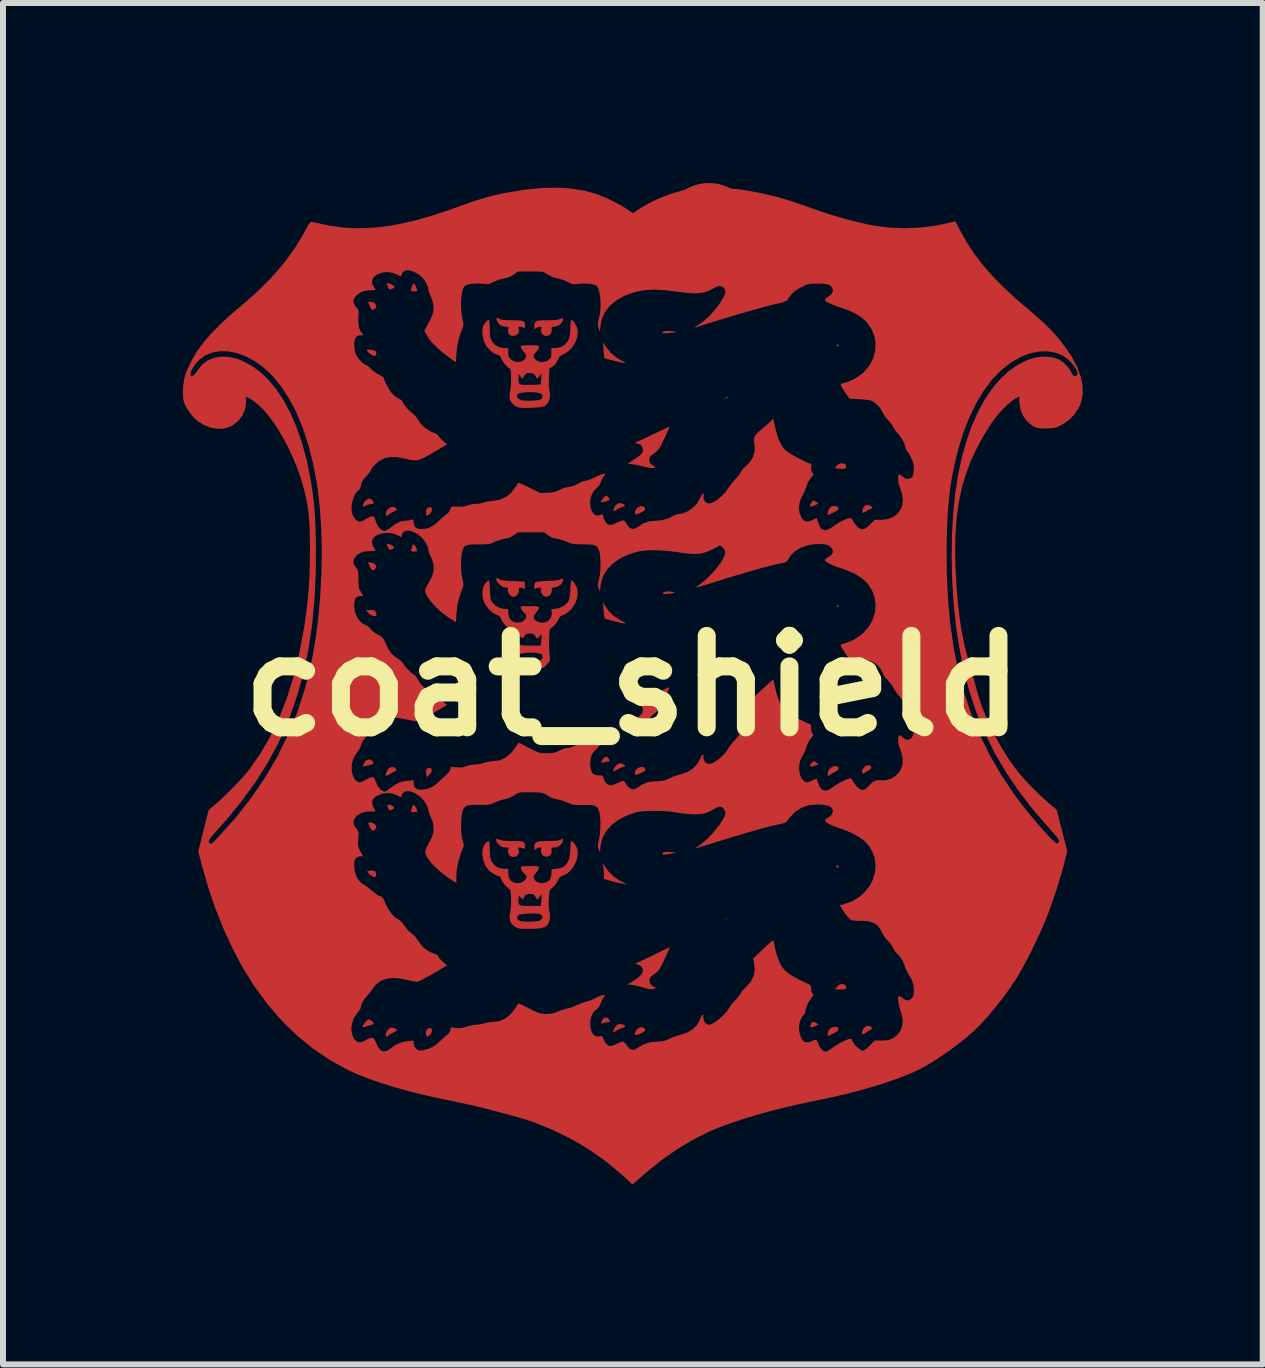
<source format=kicad_pcb>
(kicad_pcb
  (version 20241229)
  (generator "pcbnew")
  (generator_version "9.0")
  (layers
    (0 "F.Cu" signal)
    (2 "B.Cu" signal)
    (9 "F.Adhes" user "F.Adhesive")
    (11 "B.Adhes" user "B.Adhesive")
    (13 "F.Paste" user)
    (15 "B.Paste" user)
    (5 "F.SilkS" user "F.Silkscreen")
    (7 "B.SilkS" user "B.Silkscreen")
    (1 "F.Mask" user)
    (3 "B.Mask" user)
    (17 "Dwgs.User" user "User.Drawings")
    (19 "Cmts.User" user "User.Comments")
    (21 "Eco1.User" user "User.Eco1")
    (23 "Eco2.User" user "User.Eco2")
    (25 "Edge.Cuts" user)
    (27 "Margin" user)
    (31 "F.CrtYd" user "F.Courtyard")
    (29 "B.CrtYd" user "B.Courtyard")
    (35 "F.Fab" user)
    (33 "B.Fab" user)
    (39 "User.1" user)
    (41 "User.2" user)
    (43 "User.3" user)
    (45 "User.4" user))
  (footprint "coat_shield"
    (layer "F.Cu")
    (at 7.494 8.382)
    (property "Reference" "coat_shield" (at 0 0 0) (layer "F.SilkS") (effects (font (size 1.524 1.524) (thickness 0.3))))
    (attr board_only exclude_from_pos_files exclude_from_bom)
    (fp_poly (pts (xy 1.547 3.89) (xy 1.539 3.898) (xy 1.531 3.89) (xy 1.539 3.883)) (stroke (width 0) (type solid)) (fill yes) (layer "F.Cu"))
    (fp_poly (pts (xy 1.578 3.875) (xy 1.57 3.883) (xy 1.562 3.875) (xy 1.57 3.867)) (stroke (width 0) (type solid)) (fill yes) (layer "F.Cu"))
    (fp_poly (pts (xy 1.586 -0.477) (xy 1.581 -0.465) (xy 1.567 -0.457) (xy 1.549 -0.453) (xy 1.556 -0.464) (xy 1.558 -0.466) (xy 1.579 -0.478)) (stroke (width 0) (type solid)) (fill yes) (layer "F.Cu"))
    (fp_poly (pts (xy 3.432 -5.683) (xy 3.43 -5.663) (xy 3.42 -5.655) (xy 3.404 -5.659) (xy 3.398 -5.669) (xy 3.4 -5.689) (xy 3.411 -5.693)) (stroke (width 0) (type solid)) (fill yes) (layer "F.Cu"))
    (fp_poly (pts (xy 1.593 -4.82) (xy 1.581 -4.807) (xy 1.562 -4.795) (xy 1.538 -4.785) (xy 1.531 -4.787) (xy 1.543 -4.799) (xy 1.562 -4.811) (xy 1.586 -4.821)) (stroke (width 0) (type solid)) (fill yes) (layer "F.Cu"))
    (fp_poly (pts (xy 3.429 3.004) (xy 3.434 3.017) (xy 3.424 3.031) (xy 3.405 3.026) (xy 3.395 3.015) (xy 3.391 2.995) (xy 3.393 2.991) (xy 3.411 2.989)) (stroke (width 0) (type solid)) (fill yes) (layer "F.Cu"))
    (fp_poly (pts (xy 3.431 -1.338) (xy 3.434 -1.33) (xy 3.423 -1.315) (xy 3.42 -1.315) (xy 3.399 -1.326) (xy 3.395 -1.33) (xy 3.399 -1.344) (xy 3.41 -1.346)) (stroke (width 0) (type solid)) (fill yes) (layer "F.Cu"))
    (fp_poly (pts (xy -3.381 1.364) (xy -3.352 1.38) (xy -3.346 1.409) (xy -3.362 1.448) (xy -3.386 1.476) (xy -3.432 1.52) (xy -3.443 1.464) (xy -3.444 1.41) (xy -3.425 1.375) (xy -3.39 1.364)) (stroke (width 0) (type solid)) (fill yes) (layer "F.Cu"))
    (fp_poly (pts (xy -4.328 -1.265) (xy -4.299 -1.253) (xy -4.289 -1.243) (xy -4.269 -1.203) (xy -4.272 -1.175) (xy -4.293 -1.162) (xy -4.327 -1.164) (xy -4.368 -1.185) (xy -4.398 -1.21) (xy -4.447 -1.261) (xy -4.378 -1.266)) (stroke (width 0) (type solid)) (fill yes) (layer "F.Cu"))
    (fp_poly (pts (xy 3.05 1.271) (xy 3.057 1.276) (xy 3.101 1.305) (xy 3.047 1.324) (xy 2.993 1.341) (xy 2.963 1.343) (xy 2.955 1.332) (xy 2.963 1.311) (xy 2.984 1.283) (xy 3.005 1.259) (xy 3.022 1.256)) (stroke (width 0) (type solid)) (fill yes) (layer "F.Cu"))
    (fp_poly (pts (xy 3.523 4.972) (xy 3.55 4.997) (xy 3.558 5.03) (xy 3.553 5.046) (xy 3.536 5.055) (xy 3.498 5.058) (xy 3.465 5.058) (xy 3.371 5.058) (xy 3.406 5.012) (xy 3.443 4.979) (xy 3.485 4.966)) (stroke (width 0) (type solid)) (fill yes) (layer "F.Cu"))
    (fp_poly (pts (xy -4.022 1.987) (xy -3.992 2.006) (xy -3.978 2.029) (xy -3.986 2.05) (xy -4.01 2.063) (xy -4.044 2.071) (xy -4.062 2.064) (xy -4.075 2.038) (xy -4.079 2.026) (xy -4.089 1.995) (xy -4.084 1.982) (xy -4.066 1.98)) (stroke (width 0) (type solid)) (fill yes) (layer "F.Cu"))
    (fp_poly (pts (xy -3.348 -2.961) (xy -3.345 -2.93) (xy -3.358 -2.894) (xy -3.387 -2.861) (xy -3.395 -2.856) (xy -3.422 -2.84) (xy -3.435 -2.844) (xy -3.443 -2.868) (xy -3.446 -2.921) (xy -3.427 -2.961) (xy -3.401 -2.979) (xy -3.367 -2.979)) (stroke (width 0) (type solid)) (fill yes) (layer "F.Cu"))
    (fp_poly (pts (xy 0.634 2.768) (xy 0.735 2.778) (xy 0.665 2.79) (xy 0.609 2.8) (xy 0.556 2.808) (xy 0.545 2.81) (xy 0.511 2.812) (xy 0.495 2.805) (xy 0.495 2.803) (xy 0.506 2.779) (xy 0.542 2.766) (xy 0.603 2.765)) (stroke (width 0) (type solid)) (fill yes) (layer "F.Cu"))
    (fp_poly (pts (xy 3.049 -3.073) (xy 3.055 -3.07) (xy 3.098 -3.041) (xy 3.038 -3.014) (xy 2.991 -2.995) (xy 2.966 -2.988) (xy 2.956 -2.994) (xy 2.955 -3.007) (xy 2.964 -3.034) (xy 2.983 -3.063) (xy 3.003 -3.086) (xy 3.021 -3.089)) (stroke (width 0) (type solid)) (fill yes) (layer "F.Cu"))
    (fp_poly (pts (xy 3.06 5.616) (xy 3.096 5.645) (xy 3.039 5.669) (xy 2.989 5.687) (xy 2.964 5.691) (xy 2.958 5.679) (xy 2.961 5.668) (xy 2.969 5.639) (xy 2.97 5.63) (xy 2.982 5.612) (xy 2.997 5.602) (xy 3.028 5.597)) (stroke (width 0) (type solid)) (fill yes) (layer "F.Cu"))
    (fp_poly (pts (xy -4.059 -6.707) (xy -4.016 -6.69) (xy -3.986 -6.671) (xy -3.968 -6.651) (xy -3.975 -6.638) (xy -3.994 -6.626) (xy -4.036 -6.608) (xy -4.062 -6.612) (xy -4.073 -6.632) (xy -4.085 -6.67) (xy -4.092 -6.689) (xy -4.097 -6.708) (xy -4.084 -6.712)) (stroke (width 0) (type solid)) (fill yes) (layer "F.Cu"))
    (fp_poly (pts (xy -4.041 -2.359) (xy -4.007 -2.34) (xy -3.982 -2.319) (xy -3.976 -2.306) (xy -3.988 -2.292) (xy -4.014 -2.277) (xy -4.042 -2.268) (xy -4.06 -2.278) (xy -4.076 -2.305) (xy -4.094 -2.343) (xy -4.097 -2.361) (xy -4.083 -2.366) (xy -4.072 -2.367)) (stroke (width 0) (type solid)) (fill yes) (layer "F.Cu"))
    (fp_poly (pts (xy -3.361 5.704) (xy -3.346 5.726) (xy -3.345 5.758) (xy -3.361 5.795) (xy -3.377 5.814) (xy -3.408 5.84) (xy -3.426 5.845) (xy -3.438 5.828) (xy -3.44 5.823) (xy -3.448 5.768) (xy -3.428 5.725) (xy -3.421 5.718) (xy -3.387 5.699)) (stroke (width 0) (type solid)) (fill yes) (layer "F.Cu"))
    (fp_poly (pts (xy -0.426 5.529) (xy -0.398 5.554) (xy -0.377 5.581) (xy -0.378 5.594) (xy -0.404 5.601) (xy -0.422 5.603) (xy -0.466 5.612) (xy -0.501 5.623) (xy -0.521 5.628) (xy -0.522 5.613) (xy -0.518 5.598) (xy -0.494 5.547) (xy -0.462 5.524)) (stroke (width 0) (type solid)) (fill yes) (layer "F.Cu"))
    (fp_poly (pts (xy 3.527 0.642) (xy 3.548 0.666) (xy 3.55 0.681) (xy 3.546 0.707) (xy 3.526 0.719) (xy 3.496 0.722) (xy 3.447 0.721) (xy 3.406 0.714) (xy 3.406 0.714) (xy 3.37 0.704) (xy 3.408 0.668) (xy 3.449 0.642) (xy 3.491 0.634)) (stroke (width 0) (type solid)) (fill yes) (layer "F.Cu"))
    (fp_poly (pts (xy -3.648 -2.355) (xy -3.64 -2.349) (xy -3.617 -2.321) (xy -3.601 -2.286) (xy -3.595 -2.255) (xy -3.6 -2.244) (xy -3.623 -2.239) (xy -3.655 -2.24) (xy -3.686 -2.248) (xy -3.692 -2.267) (xy -3.69 -2.275) (xy -3.675 -2.326) (xy -3.666 -2.353) (xy -3.658 -2.36)) (stroke (width 0) (type solid)) (fill yes) (layer "F.Cu"))
    (fp_poly (pts (xy -0.422 1.188) (xy -0.399 1.213) (xy -0.382 1.239) (xy -0.387 1.251) (xy -0.414 1.258) (xy -0.46 1.268) (xy -0.491 1.277) (xy -0.518 1.28) (xy -0.526 1.272) (xy -0.516 1.247) (xy -0.493 1.216) (xy -0.466 1.188) (xy -0.444 1.176) (xy -0.444 1.176)) (stroke (width 0) (type solid)) (fill yes) (layer "F.Cu"))
    (fp_poly (pts (xy -0.153 -3.031) (xy -0.133 -3.011) (xy -0.139 -2.993) (xy -0.169 -2.986) (xy -0.198 -2.977) (xy -0.239 -2.956) (xy -0.254 -2.947) (xy -0.296 -2.92) (xy -0.317 -2.911) (xy -0.322 -2.919) (xy -0.317 -2.943) (xy -0.288 -3.006) (xy -0.248 -3.041) (xy -0.198 -3.047)) (stroke (width 0) (type solid)) (fill yes) (layer "F.Cu"))
    (fp_poly (pts (xy 0.178 -2.993) (xy 0.184 -2.99) (xy 0.208 -2.964) (xy 0.201 -2.935) (xy 0.164 -2.904) (xy 0.129 -2.886) (xy 0.082 -2.866) (xy 0.056 -2.859) (xy 0.043 -2.865) (xy 0.04 -2.872) (xy 0.039 -2.912) (xy 0.061 -2.95) (xy 0.097 -2.981) (xy 0.139 -2.998)) (stroke (width 0) (type solid)) (fill yes) (layer "F.Cu"))
    (fp_poly (pts (xy 0.19 5.7) (xy 0.208 5.725) (xy 0.209 5.731) (xy 0.197 5.753) (xy 0.166 5.776) (xy 0.125 5.797) (xy 0.084 5.812) (xy 0.052 5.816) (xy 0.036 5.808) (xy 0.038 5.776) (xy 0.059 5.739) (xy 0.09 5.707) (xy 0.113 5.694) (xy 0.155 5.688)) (stroke (width 0) (type solid)) (fill yes) (layer "F.Cu"))
    (fp_poly (pts (xy 0.618 -5.916) (xy 0.632 -5.915) (xy 0.681 -5.909) (xy 0.714 -5.903) (xy 0.723 -5.9) (xy 0.705 -5.894) (xy 0.667 -5.888) (xy 0.618 -5.883) (xy 0.568 -5.879) (xy 0.525 -5.876) (xy 0.499 -5.877) (xy 0.495 -5.879) (xy 0.509 -5.904) (xy 0.55 -5.916)) (stroke (width 0) (type solid)) (fill yes) (layer "F.Cu"))
    (fp_poly (pts (xy 0.649 -1.571) (xy 0.681 -1.564) (xy 0.699 -1.557) (xy 0.694 -1.551) (xy 0.663 -1.545) (xy 0.644 -1.542) (xy 0.59 -1.536) (xy 0.544 -1.532) (xy 0.53 -1.531) (xy 0.504 -1.534) (xy 0.504 -1.546) (xy 0.51 -1.555) (xy 0.541 -1.57) (xy 0.59 -1.576)) (stroke (width 0) (type solid)) (fill yes) (layer "F.Cu"))
    (fp_poly (pts (xy 3.975 1.341) (xy 3.979 1.367) (xy 3.954 1.394) (xy 3.94 1.402) (xy 3.899 1.425) (xy 3.866 1.448) (xy 3.865 1.449) (xy 3.841 1.462) (xy 3.829 1.454) (xy 3.822 1.418) (xy 3.837 1.379) (xy 3.868 1.344) (xy 3.905 1.323) (xy 3.942 1.322)) (stroke (width 0) (type solid)) (fill yes) (layer "F.Cu"))
    (fp_poly (pts (xy -4.393 -5.606) (xy -4.366 -5.603) (xy -4.31 -5.593) (xy -4.281 -5.575) (xy -4.272 -5.545) (xy -4.273 -5.531) (xy -4.284 -5.503) (xy -4.308 -5.499) (xy -4.35 -5.517) (xy -4.357 -5.522) (xy -4.395 -5.55) (xy -4.421 -5.579) (xy -4.423 -5.582) (xy -4.43 -5.599) (xy -4.422 -5.607)) (stroke (width 0) (type solid)) (fill yes) (layer "F.Cu"))
    (fp_poly (pts (xy -4.367 -2.058) (xy -4.332 -2.048) (xy -4.302 -2.034) (xy -4.293 -2.027) (xy -4.274 -1.99) (xy -4.286 -1.956) (xy -4.314 -1.934) (xy -4.335 -1.927) (xy -4.351 -1.937) (xy -4.37 -1.968) (xy -4.377 -1.983) (xy -4.396 -2.022) (xy -4.407 -2.048) (xy -4.409 -2.053) (xy -4.396 -2.06)) (stroke (width 0) (type solid)) (fill yes) (layer "F.Cu"))
    (fp_poly (pts (xy -4.343 2.281) (xy -4.31 2.295) (xy -4.299 2.303) (xy -4.275 2.328) (xy -4.273 2.352) (xy -4.281 2.373) (xy -4.306 2.406) (xy -4.335 2.411) (xy -4.362 2.387) (xy -4.378 2.355) (xy -4.394 2.315) (xy -4.405 2.289) (xy -4.406 2.286) (xy -4.401 2.275) (xy -4.376 2.274)) (stroke (width 0) (type solid)) (fill yes) (layer "F.Cu"))
    (fp_poly (pts (xy -4.341 -6.397) (xy -4.31 -6.384) (xy -4.304 -6.38) (xy -4.274 -6.348) (xy -4.275 -6.314) (xy -4.294 -6.289) (xy -4.325 -6.268) (xy -4.351 -6.274) (xy -4.373 -6.31) (xy -4.378 -6.323) (xy -4.394 -6.363) (xy -4.405 -6.389) (xy -4.406 -6.393) (xy -4.4 -6.403) (xy -4.375 -6.404)) (stroke (width 0) (type solid)) (fill yes) (layer "F.Cu"))
    (fp_poly (pts (xy -4.339 1.247) (xy -4.321 1.277) (xy -4.332 1.3) (xy -4.373 1.316) (xy -4.379 1.317) (xy -4.426 1.328) (xy -4.466 1.338) (xy -4.466 1.338) (xy -4.489 1.344) (xy -4.494 1.334) (xy -4.485 1.302) (xy -4.484 1.301) (xy -4.456 1.253) (xy -4.417 1.227) (xy -4.375 1.226)) (stroke (width 0) (type solid)) (fill yes) (layer "F.Cu"))
    (fp_poly (pts (xy -4.313 3.081) (xy -4.29 3.091) (xy -4.28 3.113) (xy -4.278 3.118) (xy -4.275 3.162) (xy -4.29 3.184) (xy -4.321 3.182) (xy -4.366 3.155) (xy -4.377 3.147) (xy -4.407 3.118) (xy -4.423 3.096) (xy -4.424 3.092) (xy -4.41 3.084) (xy -4.375 3.079) (xy -4.356 3.078)) (stroke (width 0) (type solid)) (fill yes) (layer "F.Cu"))
    (fp_poly (pts (xy -3.635 1.993) (xy -3.615 2.022) (xy -3.597 2.057) (xy -3.589 2.086) (xy -3.589 2.088) (xy -3.602 2.098) (xy -3.636 2.104) (xy -3.644 2.104) (xy -3.68 2.101) (xy -3.693 2.09) (xy -3.692 2.077) (xy -3.676 2.024) (xy -3.666 1.995) (xy -3.657 1.982) (xy -3.65 1.98)) (stroke (width 0) (type solid)) (fill yes) (layer "F.Cu"))
    (fp_poly (pts (xy -0.421 -3.159) (xy -0.4 -3.135) (xy -0.386 -3.114) (xy -0.387 -3.1) (xy -0.409 -3.089) (xy -0.45 -3.076) (xy -0.495 -3.063) (xy -0.518 -3.061) (xy -0.526 -3.07) (xy -0.526 -3.074) (xy -0.516 -3.098) (xy -0.492 -3.129) (xy -0.463 -3.156) (xy -0.44 -3.17) (xy -0.438 -3.171)) (stroke (width 0) (type solid)) (fill yes) (layer "F.Cu"))
    (fp_poly (pts (xy 0.179 1.353) (xy 0.194 1.362) (xy 0.214 1.388) (xy 0.207 1.412) (xy 0.17 1.436) (xy 0.143 1.448) (xy 0.099 1.466) (xy 0.067 1.479) (xy 0.058 1.482) (xy 0.044 1.475) (xy 0.037 1.462) (xy 0.037 1.425) (xy 0.06 1.391) (xy 0.096 1.364) (xy 0.139 1.35)) (stroke (width 0) (type solid)) (fill yes) (layer "F.Cu"))
    (fp_poly (pts (xy 3.402 1.338) (xy 3.431 1.356) (xy 3.433 1.382) (xy 3.409 1.411) (xy 3.366 1.436) (xy 3.324 1.457) (xy 3.295 1.477) (xy 3.288 1.483) (xy 3.268 1.5) (xy 3.252 1.489) (xy 3.248 1.47) (xy 3.261 1.415) (xy 3.293 1.369) (xy 3.338 1.341) (xy 3.388 1.334)) (stroke (width 0) (type solid)) (fill yes) (layer "F.Cu"))
    (fp_poly (pts (xy -4.362 -3.113) (xy -4.332 -3.085) (xy -4.316 -3.055) (xy -4.316 -3.05) (xy -4.329 -3.037) (xy -4.358 -3.032) (xy -4.404 -3.024) (xy -4.445 -3.009) (xy -4.482 -2.991) (xy -4.498 -2.989) (xy -4.497 -3.005) (xy -4.493 -3.02) (xy -4.472 -3.063) (xy -4.44 -3.1) (xy -4.406 -3.122) (xy -4.393 -3.125)) (stroke (width 0) (type solid)) (fill yes) (layer "F.Cu"))
    (fp_poly (pts (xy -3.971 1.36) (xy -3.953 1.376) (xy -3.934 1.399) (xy -3.937 1.411) (xy -3.954 1.418) (xy -3.985 1.433) (xy -4.028 1.457) (xy -4.041 1.465) (xy -4.083 1.49) (xy -4.105 1.498) (xy -4.113 1.492) (xy -4.115 1.476) (xy -4.104 1.434) (xy -4.077 1.389) (xy -4.054 1.366) (xy -4.011 1.347)) (stroke (width 0) (type solid)) (fill yes) (layer "F.Cu"))
    (fp_poly (pts (xy -3.635 -6.691) (xy -3.632 -6.688) (xy -3.609 -6.651) (xy -3.596 -6.617) (xy -3.591 -6.589) (xy -3.602 -6.577) (xy -3.634 -6.574) (xy -3.641 -6.574) (xy -3.681 -6.579) (xy -3.696 -6.593) (xy -3.696 -6.594) (xy -3.69 -6.621) (xy -3.678 -6.66) (xy -3.676 -6.664) (xy -3.663 -6.697) (xy -3.651 -6.705)) (stroke (width 0) (type solid)) (fill yes) (layer "F.Cu"))
    (fp_poly (pts (xy -0.167 5.641) (xy -0.161 5.644) (xy -0.13 5.664) (xy -0.129 5.682) (xy -0.159 5.695) (xy -0.171 5.698) (xy -0.219 5.715) (xy -0.263 5.739) (xy -0.302 5.764) (xy -0.322 5.769) (xy -0.325 5.762) (xy -0.319 5.743) (xy -0.306 5.709) (xy -0.303 5.7) (xy -0.269 5.654) (xy -0.222 5.633)) (stroke (width 0) (type solid)) (fill yes) (layer "F.Cu"))
    (fp_poly (pts (xy 3.415 5.69) (xy 3.43 5.713) (xy 3.431 5.716) (xy 3.427 5.738) (xy 3.405 5.759) (xy 3.359 5.785) (xy 3.349 5.79) (xy 3.303 5.812) (xy 3.269 5.827) (xy 3.256 5.832) (xy 3.25 5.818) (xy 3.248 5.792) (xy 3.262 5.744) (xy 3.298 5.705) (xy 3.346 5.682) (xy 3.376 5.68)) (stroke (width 0) (type solid)) (fill yes) (layer "F.Cu"))
    (fp_poly (pts (xy 3.535 -3.702) (xy 3.551 -3.683) (xy 3.555 -3.662) (xy 3.556 -3.639) (xy 3.549 -3.626) (xy 3.526 -3.621) (xy 3.481 -3.62) (xy 3.466 -3.62) (xy 3.417 -3.622) (xy 3.383 -3.627) (xy 3.372 -3.633) (xy 3.382 -3.651) (xy 3.407 -3.678) (xy 3.409 -3.68) (xy 3.454 -3.707) (xy 3.498 -3.71)) (stroke (width 0) (type solid)) (fill yes) (layer "F.Cu"))
    (fp_poly (pts (xy 3.953 -3.008) (xy 3.983 -2.988) (xy 3.991 -2.968) (xy 3.978 -2.955) (xy 3.956 -2.946) (xy 3.918 -2.929) (xy 3.879 -2.905) (xy 3.849 -2.887) (xy 3.834 -2.887) (xy 3.827 -2.898) (xy 3.828 -2.926) (xy 3.841 -2.965) (xy 3.843 -2.969) (xy 3.87 -3.004) (xy 3.904 -3.016) (xy 3.911 -3.016)) (stroke (width 0) (type solid)) (fill yes) (layer "F.Cu"))
    (fp_poly (pts (xy 3.956 5.671) (xy 3.984 5.692) (xy 3.991 5.71) (xy 3.978 5.723) (xy 3.96 5.731) (xy 3.927 5.748) (xy 3.889 5.775) (xy 3.885 5.778) (xy 3.854 5.8) (xy 3.833 5.807) (xy 3.831 5.806) (xy 3.821 5.777) (xy 3.831 5.739) (xy 3.855 5.701) (xy 3.887 5.672) (xy 3.919 5.662)) (stroke (width 0) (type solid)) (fill yes) (layer "F.Cu"))
    (fp_poly (pts (xy -4.378 5.563) (xy -4.346 5.585) (xy -4.322 5.612) (xy -4.316 5.628) (xy -4.329 5.639) (xy -4.364 5.652) (xy -4.382 5.657) (xy -4.429 5.67) (xy -4.467 5.682) (xy -4.474 5.684) (xy -4.496 5.688) (xy -4.501 5.681) (xy -4.492 5.653) (xy -4.468 5.617) (xy -4.439 5.582) (xy -4.412 5.559) (xy -4.405 5.556)) (stroke (width 0) (type solid)) (fill yes) (layer "F.Cu"))
    (fp_poly (pts (xy -3.983 5.699) (xy -3.949 5.714) (xy -3.93 5.733) (xy -3.929 5.737) (xy -3.942 5.751) (xy -3.974 5.77) (xy -3.991 5.778) (xy -4.034 5.8) (xy -4.065 5.821) (xy -4.07 5.826) (xy -4.095 5.846) (xy -4.111 5.836) (xy -4.115 5.811) (xy -4.104 5.769) (xy -4.078 5.729) (xy -4.044 5.7) (xy -4.02 5.693)) (stroke (width 0) (type solid)) (fill yes) (layer "F.Cu"))
    (fp_poly (pts (xy -3.952 -2.97) (xy -3.948 -2.967) (xy -3.93 -2.941) (xy -3.938 -2.925) (xy -3.95 -2.924) (xy -3.974 -2.915) (xy -4.012 -2.893) (xy -4.035 -2.877) (xy -4.078 -2.847) (xy -4.102 -2.834) (xy -4.112 -2.839) (xy -4.115 -2.86) (xy -4.115 -2.867) (xy -4.103 -2.915) (xy -4.073 -2.953) (xy -4.033 -2.979) (xy -3.99 -2.986)) (stroke (width 0) (type solid)) (fill yes) (layer "F.Cu"))
    (fp_poly (pts (xy -0.19 1.292) (xy -0.17 1.299) (xy -0.137 1.318) (xy -0.124 1.335) (xy -0.135 1.345) (xy -0.145 1.346) (xy -0.169 1.353) (xy -0.21 1.37) (xy -0.238 1.384) (xy -0.286 1.409) (xy -0.312 1.421) (xy -0.323 1.421) (xy -0.325 1.416) (xy -0.314 1.379) (xy -0.288 1.337) (xy -0.256 1.306) (xy -0.222 1.29)) (stroke (width 0) (type solid)) (fill yes) (layer "F.Cu"))
    (fp_poly (pts (xy 3.37 -2.998) (xy 3.411 -2.99) (xy 3.428 -2.972) (xy 3.43 -2.962) (xy 3.426 -2.94) (xy 3.402 -2.919) (xy 3.353 -2.894) (xy 3.353 -2.894) (xy 3.307 -2.872) (xy 3.273 -2.856) (xy 3.26 -2.85) (xy 3.251 -2.858) (xy 3.248 -2.882) (xy 3.258 -2.92) (xy 3.281 -2.96) (xy 3.281 -2.961) (xy 3.311 -2.99) (xy 3.348 -2.999)) (stroke (width 0) (type solid)) (fill yes) (layer "F.Cu"))
    (fp_poly (pts (xy -0.434 -5.635) (xy -0.347 -5.533) (xy -0.237 -5.451) (xy -0.167 -5.414) (xy -0.132 -5.396) (xy -0.125 -5.386) (xy -0.145 -5.384) (xy -0.191 -5.391) (xy -0.261 -5.407) (xy -0.323 -5.422) (xy -0.386 -5.439) (xy -0.435 -5.452) (xy -0.466 -5.462) (xy -0.472 -5.464) (xy -0.474 -5.48) (xy -0.478 -5.52) (xy -0.483 -5.576) (xy -0.485 -5.597) (xy -0.494 -5.726)) (stroke (width 0) (type solid)) (fill yes) (layer "F.Cu"))
    (fp_poly (pts (xy -0.463 3.007) (xy -0.406 3.088) (xy -0.328 3.165) (xy -0.238 3.231) (xy -0.185 3.26) (xy -0.133 3.286) (xy -0.108 3.301) (xy -0.109 3.306) (xy -0.139 3.302) (xy -0.198 3.289) (xy -0.212 3.286) (xy -0.282 3.27) (xy -0.356 3.251) (xy -0.394 3.24) (xy -0.48 3.215) (xy -0.48 3.143) (xy -0.482 3.082) (xy -0.487 3.022) (xy -0.488 3.009) (xy -0.497 2.947)) (stroke (width 0) (type solid)) (fill yes) (layer "F.Cu"))
    (fp_poly (pts (xy -0.463 -1.338) (xy -0.398 -1.246) (xy -0.31 -1.162) (xy -0.204 -1.094) (xy -0.195 -1.09) (xy -0.146 -1.064) (xy -0.121 -1.048) (xy -0.121 -1.04) (xy -0.148 -1.042) (xy -0.201 -1.053) (xy -0.283 -1.072) (xy -0.301 -1.077) (xy -0.367 -1.094) (xy -0.421 -1.109) (xy -0.456 -1.121) (xy -0.466 -1.126) (xy -0.471 -1.145) (xy -0.478 -1.188) (xy -0.484 -1.246) (xy -0.486 -1.268) (xy -0.496 -1.4)) (stroke (width 0) (type solid)) (fill yes) (layer "F.Cu"))
    (fp_poly (pts (xy -2.234 -1.785) (xy -2.232 -1.783) (xy -2.206 -1.77) (xy -2.167 -1.761) (xy -2.11 -1.754) (xy -2.03 -1.749) (xy -1.996 -1.748) (xy -1.802 -1.74) (xy -1.797 -1.671) (xy -1.796 -1.629) (xy -1.8 -1.614) (xy -1.812 -1.62) (xy -1.812 -1.62) (xy -1.842 -1.636) (xy -1.869 -1.64) (xy -1.895 -1.635) (xy -1.899 -1.615) (xy -1.897 -1.603) (xy -1.9 -1.561) (xy -1.924 -1.52) (xy -1.96 -1.492) (xy -1.988 -1.485) (xy -2.024 -1.497) (xy -2.056 -1.526) (xy -2.08 -1.574) (xy -2.079 -1.603) (xy -2.076 -1.628) (xy -2.09 -1.638) (xy -2.119 -1.64) (xy -2.163 -1.651) (xy -2.209 -1.681) (xy -2.248 -1.72) (xy -2.271 -1.761) (xy -2.274 -1.778) (xy -2.272 -1.799) (xy -2.262 -1.801)) (stroke (width 0) (type solid)) (fill yes) (layer "F.Cu"))
    (fp_poly (pts (xy -2.238 -6.128) (xy -2.225 -6.12) (xy -2.201 -6.108) (xy -2.165 -6.101) (xy -2.11 -6.096) (xy -2.031 -6.095) (xy -2.011 -6.095) (xy -1.925 -6.094) (xy -1.865 -6.09) (xy -1.827 -6.08) (xy -1.806 -6.064) (xy -1.796 -6.038) (xy -1.794 -6.003) (xy -1.797 -5.969) (xy -1.805 -5.962) (xy -1.813 -5.968) (xy -1.841 -5.982) (xy -1.875 -5.986) (xy -1.905 -5.984) (xy -1.91 -5.972) (xy -1.903 -5.957) (xy -1.893 -5.912) (xy -1.908 -5.873) (xy -1.942 -5.845) (xy -1.987 -5.833) (xy -2.039 -5.842) (xy -2.064 -5.867) (xy -2.078 -5.907) (xy -2.076 -5.947) (xy -2.072 -5.957) (xy -2.065 -5.976) (xy -2.076 -5.984) (xy -2.11 -5.986) (xy -2.115 -5.986) (xy -2.183 -5.998) (xy -2.232 -6.034) (xy -2.258 -6.079) (xy -2.271 -6.12) (xy -2.264 -6.136)) (stroke (width 0) (type solid)) (fill yes) (layer "F.Cu"))
    (fp_poly (pts (xy -1.162 -6.127) (xy -1.16 -6.108) (xy -1.174 -6.068) (xy -1.208 -6.029) (xy -1.254 -5.999) (xy -1.301 -5.987) (xy -1.303 -5.986) (xy -1.338 -5.984) (xy -1.351 -5.972) (xy -1.349 -5.941) (xy -1.349 -5.939) (xy -1.354 -5.89) (xy -1.381 -5.853) (xy -1.42 -5.834) (xy -1.465 -5.835) (xy -1.506 -5.86) (xy -1.508 -5.862) (xy -1.528 -5.902) (xy -1.526 -5.94) (xy -1.523 -5.972) (xy -1.533 -5.985) (xy -1.55 -5.986) (xy -1.588 -5.976) (xy -1.611 -5.961) (xy -1.631 -5.946) (xy -1.638 -5.953) (xy -1.64 -5.985) (xy -1.638 -6.029) (xy -1.629 -6.059) (xy -1.609 -6.078) (xy -1.573 -6.089) (xy -1.516 -6.094) (xy -1.433 -6.095) (xy -1.426 -6.095) (xy -1.33 -6.097) (xy -1.261 -6.102) (xy -1.216 -6.112) (xy -1.203 -6.117) (xy -1.173 -6.131)) (stroke (width 0) (type solid)) (fill yes) (layer "F.Cu"))
    (fp_poly (pts (xy -1.161 2.551) (xy -1.16 2.572) (xy -1.174 2.616) (xy -1.21 2.656) (xy -1.259 2.683) (xy -1.304 2.692) (xy -1.341 2.693) (xy -1.355 2.703) (xy -1.353 2.73) (xy -1.351 2.738) (xy -1.354 2.789) (xy -1.382 2.828) (xy -1.428 2.846) (xy -1.439 2.846) (xy -1.481 2.835) (xy -1.508 2.816) (xy -1.528 2.776) (xy -1.526 2.738) (xy -1.523 2.706) (xy -1.533 2.693) (xy -1.55 2.692) (xy -1.588 2.702) (xy -1.611 2.717) (xy -1.63 2.732) (xy -1.638 2.726) (xy -1.64 2.694) (xy -1.64 2.689) (xy -1.636 2.648) (xy -1.623 2.619) (xy -1.596 2.6) (xy -1.55 2.589) (xy -1.481 2.584) (xy -1.406 2.583) (xy -1.321 2.582) (xy -1.261 2.578) (xy -1.221 2.571) (xy -1.196 2.56) (xy -1.195 2.559) (xy -1.17 2.544)) (stroke (width 0) (type solid)) (fill yes) (layer "F.Cu"))
    (fp_poly (pts (xy -1.163 -1.787) (xy -1.16 -1.766) (xy -1.17 -1.733) (xy -1.192 -1.697) (xy -1.195 -1.694) (xy -1.247 -1.657) (xy -1.293 -1.645) (xy -1.332 -1.638) (xy -1.349 -1.626) (xy -1.35 -1.602) (xy -1.349 -1.593) (xy -1.356 -1.548) (xy -1.383 -1.509) (xy -1.423 -1.487) (xy -1.439 -1.485) (xy -1.472 -1.496) (xy -1.502 -1.517) (xy -1.527 -1.56) (xy -1.528 -1.595) (xy -1.527 -1.627) (xy -1.541 -1.638) (xy -1.562 -1.64) (xy -1.6 -1.633) (xy -1.621 -1.621) (xy -1.634 -1.615) (xy -1.639 -1.633) (xy -1.64 -1.658) (xy -1.635 -1.699) (xy -1.622 -1.727) (xy -1.62 -1.729) (xy -1.598 -1.736) (xy -1.552 -1.742) (xy -1.488 -1.747) (xy -1.413 -1.75) (xy -1.412 -1.75) (xy -1.316 -1.755) (xy -1.249 -1.762) (xy -1.211 -1.771) (xy -1.204 -1.775) (xy -1.178 -1.793)) (stroke (width 0) (type solid)) (fill yes) (layer "F.Cu"))
    (fp_poly (pts (xy -2.23 2.559) (xy -2.228 2.56) (xy -2.193 2.572) (xy -2.14 2.579) (xy -2.064 2.583) (xy -2.007 2.583) (xy -1.922 2.584) (xy -1.863 2.589) (xy -1.826 2.598) (xy -1.805 2.615) (xy -1.796 2.641) (xy -1.794 2.672) (xy -1.796 2.706) (xy -1.806 2.715) (xy -1.824 2.708) (xy -1.864 2.694) (xy -1.886 2.692) (xy -1.907 2.695) (xy -1.908 2.711) (xy -1.9 2.73) (xy -1.893 2.775) (xy -1.911 2.814) (xy -1.946 2.842) (xy -1.992 2.851) (xy -2.023 2.844) (xy -2.058 2.817) (xy -2.078 2.775) (xy -2.076 2.731) (xy -2.072 2.722) (xy -2.065 2.703) (xy -2.075 2.694) (xy -2.108 2.692) (xy -2.12 2.692) (xy -2.173 2.685) (xy -2.214 2.66) (xy -2.229 2.646) (xy -2.258 2.61) (xy -2.273 2.576) (xy -2.274 2.569) (xy -2.272 2.548) (xy -2.26 2.545)) (stroke (width 0) (type solid)) (fill yes) (layer "F.Cu"))
    (fp_poly (pts (xy 0.608 0.035) (xy 0.594 0.072) (xy 0.572 0.124) (xy 0.544 0.184) (xy 0.515 0.246) (xy 0.487 0.304) (xy 0.463 0.35) (xy 0.446 0.379) (xy 0.41 0.42) (xy 0.363 0.459) (xy 0.352 0.466) (xy 0.305 0.508) (xy 0.281 0.555) (xy 0.281 0.603) (xy 0.305 0.643) (xy 0.34 0.665) (xy 0.369 0.682) (xy 0.378 0.697) (xy 0.378 0.698) (xy 0.354 0.709) (xy 0.306 0.709) (xy 0.239 0.699) (xy 0.158 0.68) (xy 0.131 0.672) (xy 0.068 0.655) (xy 0.011 0.641) (xy -0.03 0.635) (xy -0.036 0.635) (xy -0.054 0.633) (xy -0.056 0.625) (xy -0.039 0.609) (xy -0.001 0.582) (xy 0.037 0.556) (xy 0.104 0.508) (xy 0.146 0.468) (xy 0.166 0.43) (xy 0.169 0.39) (xy 0.164 0.365) (xy 0.141 0.33) (xy 0.099 0.309) (xy 0.043 0.29) (xy 0.325 0.153) (xy 0.411 0.111) (xy 0.486 0.075) (xy 0.548 0.047) (xy 0.591 0.027) (xy 0.611 0.019) (xy 0.612 0.019)) (stroke (width 0) (type solid)) (fill yes) (layer "F.Cu"))
    (fp_poly (pts (xy 0.612 4.372) (xy 0.595 4.413) (xy 0.571 4.468) (xy 0.542 4.53) (xy 0.512 4.594) (xy 0.484 4.651) (xy 0.461 4.696) (xy 0.446 4.721) (xy 0.446 4.721) (xy 0.415 4.756) (xy 0.371 4.794) (xy 0.347 4.812) (xy 0.306 4.843) (xy 0.285 4.87) (xy 0.279 4.902) (xy 0.278 4.91) (xy 0.292 4.964) (xy 0.332 5.004) (xy 0.364 5.019) (xy 0.394 5.031) (xy 0.364 5.043) (xy 0.326 5.054) (xy 0.284 5.054) (xy 0.229 5.042) (xy 0.178 5.026) (xy 0.11 5.007) (xy 0.038 4.991) (xy 0 4.984) (xy -0.085 4.973) (xy -0.011 4.93) (xy 0.074 4.874) (xy 0.132 4.825) (xy 0.163 4.778) (xy 0.17 4.742) (xy 0.161 4.694) (xy 0.132 4.662) (xy 0.082 4.641) (xy 0.039 4.629) (xy 0.101 4.602) (xy 0.136 4.586) (xy 0.192 4.559) (xy 0.263 4.524) (xy 0.343 4.485) (xy 0.391 4.461) (xy 0.466 4.424) (xy 0.532 4.392) (xy 0.582 4.368) (xy 0.612 4.355) (xy 0.619 4.353)) (stroke (width 0) (type solid)) (fill yes) (layer "F.Cu"))
    (fp_poly (pts (xy 0.619 -4.322) (xy 0.612 -4.307) (xy 0.595 -4.268) (xy 0.57 -4.213) (xy 0.538 -4.145) (xy 0.529 -4.126) (xy 0.491 -4.047) (xy 0.461 -3.99) (xy 0.435 -3.95) (xy 0.409 -3.92) (xy 0.38 -3.894) (xy 0.359 -3.878) (xy 0.314 -3.844) (xy 0.29 -3.818) (xy 0.28 -3.791) (xy 0.278 -3.766) (xy 0.283 -3.727) (xy 0.302 -3.7) (xy 0.333 -3.679) (xy 0.366 -3.658) (xy 0.383 -3.645) (xy 0.384 -3.643) (xy 0.349 -3.632) (xy 0.292 -3.633) (xy 0.22 -3.646) (xy 0.193 -3.653) (xy 0.124 -3.67) (xy 0.052 -3.686) (xy 0.001 -3.694) (xy -0.083 -3.705) (xy 0.009 -3.765) (xy 0.061 -3.8) (xy 0.107 -3.833) (xy 0.135 -3.856) (xy 0.164 -3.899) (xy 0.17 -3.946) (xy 0.156 -3.991) (xy 0.126 -4.024) (xy 0.081 -4.037) (xy 0.08 -4.037) (xy 0.053 -4.043) (xy 0.046 -4.053) (xy 0.058 -4.068) (xy 0.064 -4.068) (xy 0.082 -4.075) (xy 0.124 -4.093) (xy 0.185 -4.12) (xy 0.259 -4.155) (xy 0.343 -4.195) (xy 0.35 -4.199) (xy 0.433 -4.239) (xy 0.505 -4.273) (xy 0.563 -4.3) (xy 0.603 -4.317) (xy 0.619 -4.322)) (stroke (width 0) (type solid)) (fill yes) (layer "F.Cu"))
    (fp_poly (pts (xy -0.999 2.596) (xy -0.971 2.628) (xy -0.943 2.671) (xy -0.924 2.714) (xy -0.919 2.731) (xy -0.916 2.818) (xy -0.935 2.907) (xy -0.974 2.993) (xy -1.026 3.067) (xy -1.091 3.125) (xy -1.162 3.16) (xy -1.173 3.163) (xy -1.203 3.177) (xy -1.231 3.211) (xy -1.253 3.253) (xy -1.285 3.307) (xy -1.323 3.351) (xy -1.34 3.364) (xy -1.362 3.38) (xy -1.376 3.397) (xy -1.385 3.421) (xy -1.391 3.461) (xy -1.396 3.523) (xy -1.397 3.547) (xy -1.4 3.618) (xy -1.399 3.681) (xy -1.395 3.725) (xy -1.392 3.737) (xy -1.38 3.793) (xy -1.378 3.858) (xy -1.387 3.917) (xy -1.396 3.943) (xy -1.42 3.982) (xy -1.449 4.009) (xy -1.49 4.028) (xy -1.546 4.039) (xy -1.623 4.045) (xy -1.701 4.047) (xy -1.784 4.047) (xy -1.843 4.046) (xy -1.884 4.043) (xy -1.915 4.035) (xy -1.942 4.023) (xy -1.963 4.012) (xy -2.017 3.966) (xy -2.046 3.908) (xy -2.05 3.855) (xy -1.926 3.855) (xy -1.915 3.889) (xy -1.881 3.914) (xy -1.843 3.922) (xy -1.785 3.927) (xy -1.717 3.928) (xy -1.649 3.925) (xy -1.591 3.92) (xy -1.551 3.911) (xy -1.547 3.909) (xy -1.512 3.88) (xy -1.503 3.847) (xy -1.519 3.817) (xy -1.542 3.804) (xy -1.583 3.795) (xy -1.641 3.791) (xy -1.71 3.791) (xy -1.779 3.795) (xy -1.842 3.802) (xy -1.889 3.811) (xy -1.91 3.822) (xy -1.926 3.855) (xy -2.05 3.855) (xy -2.052 3.834) (xy -2.042 3.773) (xy -2.034 3.719) (xy -2.028 3.653) (xy -2.026 3.582) (xy -2.027 3.513) (xy -2.028 3.491) (xy -1.903 3.491) (xy -1.903 3.554) (xy -1.902 3.6) (xy -1.896 3.632) (xy -1.881 3.651) (xy -1.85 3.661) (xy -1.8 3.665) (xy -1.725 3.666) (xy -1.535 3.666) (xy -1.526 3.608) (xy -1.519 3.558) (xy -1.517 3.515) (xy -1.517 3.511) (xy -1.517 3.473) (xy -1.554 3.518) (xy -1.591 3.564) (xy -1.619 3.514) (xy -1.642 3.482) (xy -1.669 3.468) (xy -1.712 3.465) (xy -1.757 3.469) (xy -1.784 3.483) (xy -1.804 3.511) (xy -1.832 3.557) (xy -1.867 3.524) (xy -1.903 3.491) (xy -2.028 3.491) (xy -2.03 3.453) (xy -2.036 3.41) (xy -2.046 3.39) (xy -2.047 3.389) (xy -2.079 3.368) (xy -2.118 3.33) (xy -2.156 3.284) (xy -2.183 3.241) (xy -2.191 3.219) (xy -2.204 3.186) (xy -2.222 3.171) (xy -2.222 3.171) (xy -2.259 3.162) (xy -2.308 3.137) (xy -2.359 3.104) (xy -2.4 3.069) (xy -2.401 3.068) (xy -2.452 2.997) (xy -2.487 2.913) (xy -2.505 2.825) (xy -2.504 2.74) (xy -2.483 2.666) (xy -2.471 2.644) (xy -2.442 2.609) (xy -2.415 2.588) (xy -2.409 2.586) (xy -2.396 2.587) (xy -2.388 2.599) (xy -2.384 2.628) (xy -2.382 2.678) (xy -2.382 2.722) (xy -2.38 2.799) (xy -2.374 2.855) (xy -2.362 2.899) (xy -2.351 2.925) (xy -2.301 2.991) (xy -2.235 3.032) (xy -2.152 3.047) (xy -2.146 3.047) (xy -2.073 3.047) (xy -2.073 3.121) (xy -2.064 3.193) (xy -2.036 3.242) (xy -1.985 3.274) (xy -1.967 3.28) (xy -1.904 3.287) (xy -1.845 3.272) (xy -1.798 3.24) (xy -1.778 3.208) (xy -1.77 3.175) (xy -1.782 3.15) (xy -1.8 3.134) (xy -1.836 3.096) (xy -1.86 3.056) (xy -1.866 3.024) (xy -1.864 3.016) (xy -1.845 3.01) (xy -1.803 3.004) (xy -1.745 3.001) (xy -1.708 3.001) (xy -1.64 3.001) (xy -1.598 3.004) (xy -1.574 3.009) (xy -1.564 3.018) (xy -1.562 3.033) (xy -1.562 3.033) (xy -1.573 3.064) (xy -1.599 3.101) (xy -1.609 3.112) (xy -1.644 3.156) (xy -1.652 3.194) (xy -1.632 3.232) (xy -1.615 3.25) (xy -1.578 3.276) (xy -1.531 3.285) (xy -1.506 3.286) (xy -1.436 3.272) (xy -1.386 3.237) (xy -1.359 3.179) (xy -1.353 3.129) (xy -1.352 3.055) (xy -1.266 3.047) (xy -1.185 3.03) (xy -1.123 2.993) (xy -1.079 2.935) (xy -1.051 2.854) (xy -1.039 2.748) (xy -1.038 2.711) (xy -1.035 2.652) (xy -1.031 2.608) (xy -1.025 2.585) (xy -1.022 2.583)) (stroke (width 0) (type solid)) (fill yes) (layer "F.Cu"))
    (fp_poly (pts (xy -2.39 -6.083) (xy -2.385 -6.041) (xy -2.382 -5.983) (xy -2.382 -5.951) (xy -2.381 -5.877) (xy -2.376 -5.825) (xy -2.365 -5.786) (xy -2.348 -5.751) (xy -2.347 -5.748) (xy -2.294 -5.685) (xy -2.223 -5.645) (xy -2.139 -5.631) (xy -2.073 -5.631) (xy -2.073 -5.555) (xy -2.07 -5.505) (xy -2.058 -5.472) (xy -2.03 -5.443) (xy -2.025 -5.439) (xy -1.974 -5.408) (xy -1.913 -5.399) (xy -1.848 -5.409) (xy -1.804 -5.438) (xy -1.781 -5.477) (xy -1.775 -5.507) (xy -1.788 -5.535) (xy -1.81 -5.561) (xy -1.84 -5.6) (xy -1.861 -5.636) (xy -1.863 -5.642) (xy -1.867 -5.658) (xy -1.863 -5.668) (xy -1.846 -5.674) (xy -1.811 -5.676) (xy -1.753 -5.677) (xy -1.718 -5.677) (xy -1.647 -5.677) (xy -1.602 -5.675) (xy -1.577 -5.67) (xy -1.565 -5.662) (xy -1.562 -5.648) (xy -1.562 -5.645) (xy -1.573 -5.614) (xy -1.599 -5.577) (xy -1.609 -5.566) (xy -1.644 -5.525) (xy -1.652 -5.491) (xy -1.636 -5.457) (xy -1.617 -5.437) (xy -1.566 -5.406) (xy -1.504 -5.397) (xy -1.441 -5.41) (xy -1.397 -5.436) (xy -1.37 -5.464) (xy -1.358 -5.495) (xy -1.355 -5.541) (xy -1.355 -5.552) (xy -1.356 -5.631) (xy -1.283 -5.631) (xy -1.201 -5.645) (xy -1.131 -5.687) (xy -1.076 -5.754) (xy -1.06 -5.791) (xy -1.049 -5.838) (xy -1.042 -5.904) (xy -1.039 -5.959) (xy -1.036 -6.028) (xy -1.032 -6.071) (xy -1.026 -6.093) (xy -1.018 -6.099) (xy -1.005 -6.095) (xy -0.978 -6.068) (xy -0.95 -6.022) (xy -0.927 -5.968) (xy -0.914 -5.916) (xy -0.913 -5.899) (xy -0.926 -5.806) (xy -0.962 -5.715) (xy -1.016 -5.633) (xy -1.084 -5.568) (xy -1.151 -5.53) (xy -1.194 -5.509) (xy -1.222 -5.481) (xy -1.246 -5.435) (xy -1.249 -5.429) (xy -1.289 -5.36) (xy -1.334 -5.321) (xy -1.388 -5.29) (xy -1.396 -5.143) (xy -1.399 -5.072) (xy -1.398 -5.008) (xy -1.394 -4.96) (xy -1.391 -4.946) (xy -1.377 -4.857) (xy -1.385 -4.778) (xy -1.415 -4.712) (xy -1.465 -4.666) (xy -1.472 -4.663) (xy -1.508 -4.652) (xy -1.566 -4.644) (xy -1.639 -4.638) (xy -1.718 -4.634) (xy -1.795 -4.634) (xy -1.862 -4.636) (xy -1.91 -4.643) (xy -1.913 -4.644) (xy -1.963 -4.669) (xy -2.01 -4.711) (xy -2.043 -4.76) (xy -2.05 -4.781) (xy -2.052 -4.82) (xy -2.052 -4.824) (xy -1.93 -4.824) (xy -1.911 -4.792) (xy -1.874 -4.768) (xy -1.867 -4.765) (xy -1.823 -4.757) (xy -1.763 -4.754) (xy -1.696 -4.754) (xy -1.629 -4.758) (xy -1.572 -4.764) (xy -1.533 -4.774) (xy -1.525 -4.779) (xy -1.503 -4.812) (xy -1.506 -4.847) (xy -1.528 -4.871) (xy -1.572 -4.885) (xy -1.633 -4.894) (xy -1.703 -4.897) (xy -1.775 -4.895) (xy -1.841 -4.888) (xy -1.893 -4.876) (xy -1.924 -4.859) (xy -1.927 -4.856) (xy -1.93 -4.824) (xy -2.052 -4.824) (xy -2.048 -4.875) (xy -2.042 -4.914) (xy -2.033 -4.974) (xy -2.028 -5.043) (xy -2.026 -5.114) (xy -2.027 -5.182) (xy -2.029 -5.202) (xy -1.903 -5.202) (xy -1.903 -5.131) (xy -1.902 -5.084) (xy -1.897 -5.052) (xy -1.883 -5.032) (xy -1.854 -5.022) (xy -1.806 -5.018) (xy -1.733 -5.018) (xy -1.709 -5.018) (xy -1.621 -5.02) (xy -1.563 -5.025) (xy -1.535 -5.032) (xy -1.531 -5.037) (xy -1.53 -5.061) (xy -1.525 -5.104) (xy -1.523 -5.13) (xy -1.514 -5.205) (xy -1.553 -5.163) (xy -1.592 -5.12) (xy -1.619 -5.166) (xy -1.644 -5.198) (xy -1.679 -5.213) (xy -1.708 -5.216) (xy -1.751 -5.216) (xy -1.778 -5.204) (xy -1.803 -5.171) (xy -1.804 -5.169) (xy -1.837 -5.118) (xy -1.87 -5.16) (xy -1.903 -5.202) (xy -2.029 -5.202) (xy -2.031 -5.238) (xy -2.039 -5.276) (xy -2.047 -5.289) (xy -2.079 -5.31) (xy -2.118 -5.348) (xy -2.155 -5.393) (xy -2.183 -5.436) (xy -2.191 -5.458) (xy -2.206 -5.496) (xy -2.239 -5.514) (xy -2.244 -5.515) (xy -2.305 -5.54) (xy -2.368 -5.586) (xy -2.425 -5.645) (xy -2.452 -5.684) (xy -2.481 -5.75) (xy -2.499 -5.83) (xy -2.507 -5.91) (xy -2.5 -5.976) (xy -2.485 -6.011) (xy -2.46 -6.049) (xy -2.432 -6.082) (xy -2.408 -6.101) (xy -2.396 -6.102)) (stroke (width 0) (type solid)) (fill yes) (layer "F.Cu"))
    (fp_poly (pts (xy -1.004 -1.752) (xy -0.977 -1.724) (xy -0.966 -1.709) (xy -0.928 -1.636) (xy -0.915 -1.551) (xy -0.926 -1.461) (xy -0.96 -1.372) (xy -1.015 -1.29) (xy -1.037 -1.266) (xy -1.087 -1.223) (xy -1.135 -1.193) (xy -1.159 -1.184) (xy -1.195 -1.169) (xy -1.221 -1.14) (xy -1.237 -1.107) (xy -1.266 -1.057) (xy -1.307 -1.008) (xy -1.35 -0.971) (xy -1.375 -0.957) (xy -1.382 -0.94) (xy -1.387 -0.898) (xy -1.391 -0.838) (xy -1.393 -0.767) (xy -1.393 -0.691) (xy -1.391 -0.616) (xy -1.387 -0.549) (xy -1.384 -0.524) (xy -1.379 -0.469) (xy -1.38 -0.433) (xy -1.39 -0.407) (xy -1.412 -0.378) (xy -1.428 -0.362) (xy -1.483 -0.302) (xy -1.696 -0.297) (xy -1.782 -0.295) (xy -1.843 -0.295) (xy -1.885 -0.298) (xy -1.915 -0.304) (xy -1.939 -0.313) (xy -1.962 -0.328) (xy -1.968 -0.332) (xy -2.021 -0.383) (xy -2.048 -0.448) (xy -2.049 -0.501) (xy -1.929 -0.501) (xy -1.928 -0.468) (xy -1.897 -0.443) (xy -1.837 -0.425) (xy -1.767 -0.417) (xy -1.67 -0.413) (xy -1.597 -0.417) (xy -1.545 -0.428) (xy -1.528 -0.436) (xy -1.506 -0.461) (xy -1.5 -0.487) (xy -1.507 -0.514) (xy -1.531 -0.532) (xy -1.558 -0.541) (xy -1.624 -0.553) (xy -1.697 -0.557) (xy -1.771 -0.554) (xy -1.838 -0.544) (xy -1.891 -0.529) (xy -1.924 -0.509) (xy -1.929 -0.501) (xy -2.049 -0.501) (xy -2.05 -0.528) (xy -2.042 -0.574) (xy -2.034 -0.63) (xy -2.028 -0.702) (xy -2.025 -0.779) (xy -2.025 -0.786) (xy -1.902 -0.786) (xy -1.902 -0.739) (xy -1.897 -0.707) (xy -1.883 -0.688) (xy -1.854 -0.678) (xy -1.806 -0.674) (xy -1.733 -0.673) (xy -1.711 -0.673) (xy -1.535 -0.673) (xy -1.525 -0.741) (xy -1.519 -0.79) (xy -1.516 -0.831) (xy -1.516 -0.84) (xy -1.518 -0.858) (xy -1.528 -0.854) (xy -1.548 -0.83) (xy -1.576 -0.798) (xy -1.596 -0.793) (xy -1.615 -0.815) (xy -1.626 -0.832) (xy -1.646 -0.86) (xy -1.673 -0.872) (xy -1.716 -0.874) (xy -1.762 -0.87) (xy -1.788 -0.855) (xy -1.804 -0.831) (xy -1.824 -0.798) (xy -1.841 -0.793) (xy -1.864 -0.814) (xy -1.873 -0.824) (xy -1.902 -0.859) (xy -1.902 -0.786) (xy -2.025 -0.786) (xy -2.026 -0.797) (xy -2.027 -0.866) (xy -2.032 -0.911) (xy -2.04 -0.937) (xy -2.052 -0.951) (xy -2.054 -0.951) (xy -2.101 -0.988) (xy -2.146 -1.037) (xy -2.18 -1.089) (xy -2.19 -1.113) (xy -2.208 -1.151) (xy -2.243 -1.175) (xy -2.264 -1.184) (xy -2.334 -1.221) (xy -2.4 -1.281) (xy -2.455 -1.356) (xy -2.476 -1.397) (xy -2.501 -1.481) (xy -2.506 -1.566) (xy -2.493 -1.644) (xy -2.462 -1.706) (xy -2.452 -1.717) (xy -2.422 -1.746) (xy -2.4 -1.762) (xy -2.396 -1.763) (xy -2.391 -1.749) (xy -2.386 -1.71) (xy -2.382 -1.653) (xy -2.38 -1.602) (xy -2.376 -1.525) (xy -2.371 -1.471) (xy -2.362 -1.434) (xy -2.349 -1.407) (xy -2.343 -1.398) (xy -2.282 -1.335) (xy -2.212 -1.299) (xy -2.151 -1.288) (xy -2.073 -1.28) (xy -2.073 -1.213) (xy -2.061 -1.143) (xy -2.025 -1.092) (xy -1.966 -1.062) (xy -1.938 -1.057) (xy -1.869 -1.06) (xy -1.814 -1.087) (xy -1.779 -1.136) (xy -1.778 -1.138) (xy -1.773 -1.167) (xy -1.784 -1.193) (xy -1.809 -1.219) (xy -1.841 -1.255) (xy -1.862 -1.29) (xy -1.864 -1.296) (xy -1.867 -1.311) (xy -1.863 -1.321) (xy -1.846 -1.327) (xy -1.811 -1.33) (xy -1.753 -1.33) (xy -1.718 -1.33) (xy -1.647 -1.33) (xy -1.602 -1.328) (xy -1.576 -1.323) (xy -1.565 -1.315) (xy -1.562 -1.301) (xy -1.562 -1.301) (xy -1.573 -1.272) (xy -1.599 -1.235) (xy -1.61 -1.223) (xy -1.644 -1.175) (xy -1.648 -1.131) (xy -1.622 -1.093) (xy -1.594 -1.075) (xy -1.527 -1.055) (xy -1.464 -1.059) (xy -1.409 -1.085) (xy -1.369 -1.129) (xy -1.349 -1.185) (xy -1.351 -1.238) (xy -1.355 -1.268) (xy -1.346 -1.281) (xy -1.315 -1.284) (xy -1.302 -1.284) (xy -1.232 -1.296) (xy -1.162 -1.327) (xy -1.104 -1.372) (xy -1.076 -1.407) (xy -1.059 -1.445) (xy -1.048 -1.494) (xy -1.041 -1.562) (xy -1.039 -1.612) (xy -1.035 -1.676) (xy -1.03 -1.727) (xy -1.024 -1.758) (xy -1.02 -1.763)) (stroke (width 0) (type solid)) (fill yes) (layer "F.Cu"))
    (fp_poly (pts (xy -1.027 -8.29) (xy -0.805 -8.254) (xy -0.603 -8.199) (xy -0.511 -8.163) (xy -0.406 -8.117) (xy -0.298 -8.064) (xy -0.197 -8.01) (xy -0.113 -7.959) (xy -0.095 -7.947) (xy 0.003 -7.878) (xy 0.106 -7.948) (xy 0.259 -8.039) (xy 0.433 -8.123) (xy 0.62 -8.196) (xy 0.81 -8.253) (xy 0.889 -8.272) (xy 0.967 -8.284) (xy 1.068 -8.293) (xy 1.187 -8.298) (xy 1.316 -8.3) (xy 1.449 -8.298) (xy 1.579 -8.293) (xy 1.7 -8.284) (xy 1.805 -8.273) (xy 1.821 -8.27) (xy 2.105 -8.22) (xy 2.361 -8.162) (xy 2.592 -8.096) (xy 2.675 -8.069) (xy 2.78 -8.032) (xy 2.899 -7.991) (xy 3.017 -7.949) (xy 3.122 -7.913) (xy 3.14 -7.906) (xy 3.317 -7.849) (xy 3.511 -7.792) (xy 3.712 -7.74) (xy 3.906 -7.695) (xy 4.022 -7.672) (xy 4.267 -7.639) (xy 4.525 -7.628) (xy 4.787 -7.639) (xy 5.046 -7.671) (xy 5.229 -7.708) (xy 5.377 -7.744) (xy 5.454 -7.597) (xy 5.566 -7.396) (xy 5.693 -7.203) (xy 5.837 -7.015) (xy 6.001 -6.827) (xy 6.188 -6.638) (xy 6.399 -6.443) (xy 6.576 -6.292) (xy 6.719 -6.17) (xy 6.842 -6.06) (xy 6.948 -5.956) (xy 7.043 -5.854) (xy 7.132 -5.748) (xy 7.204 -5.654) (xy 7.318 -5.485) (xy 7.405 -5.321) (xy 7.465 -5.162) (xy 7.496 -5.011) (xy 7.5 -4.869) (xy 7.476 -4.736) (xy 7.441 -4.647) (xy 7.367 -4.531) (xy 7.269 -4.431) (xy 7.153 -4.353) (xy 7.135 -4.344) (xy 7.083 -4.319) (xy 7.04 -4.304) (xy 6.995 -4.296) (xy 6.939 -4.293) (xy 6.882 -4.293) (xy 6.811 -4.293) (xy 6.762 -4.297) (xy 6.725 -4.305) (xy 6.692 -4.32) (xy 6.658 -4.339) (xy 6.573 -4.41) (xy 6.507 -4.501) (xy 6.463 -4.607) (xy 6.444 -4.725) (xy 6.444 -4.743) (xy 6.443 -4.823) (xy 6.384 -4.793) (xy 6.327 -4.756) (xy 6.258 -4.698) (xy 6.183 -4.626) (xy 6.108 -4.545) (xy 6.038 -4.46) (xy 5.979 -4.378) (xy 5.846 -4.166) (xy 5.732 -3.956) (xy 5.634 -3.746) (xy 5.553 -3.532) (xy 5.488 -3.311) (xy 5.438 -3.08) (xy 5.403 -2.837) (xy 5.382 -2.577) (xy 5.374 -2.299) (xy 5.379 -1.998) (xy 5.396 -1.672) (xy 5.4 -1.617) (xy 5.423 -1.352) (xy 5.452 -1.11) (xy 5.488 -0.885) (xy 5.532 -0.669) (xy 5.587 -0.454) (xy 5.616 -0.352) (xy 5.646 -0.248) (xy 5.678 -0.136) (xy 5.709 -0.026) (xy 5.735 0.07) (xy 5.744 0.104) (xy 5.812 0.321) (xy 5.902 0.547) (xy 6.01 0.777) (xy 6.132 1.002) (xy 6.265 1.216) (xy 6.406 1.411) (xy 6.438 1.45) (xy 6.501 1.525) (xy 6.582 1.612) (xy 6.673 1.706) (xy 6.768 1.8) (xy 6.861 1.887) (xy 6.944 1.961) (xy 6.965 1.979) (xy 7.066 2.063) (xy 7.154 2.409) (xy 7.242 2.754) (xy 7.193 2.951) (xy 7.145 3.129) (xy 7.085 3.325) (xy 7.018 3.529) (xy 6.947 3.731) (xy 6.896 3.864) (xy 6.846 3.985) (xy 6.786 4.122) (xy 6.718 4.267) (xy 6.646 4.414) (xy 6.573 4.557) (xy 6.503 4.689) (xy 6.438 4.803) (xy 6.399 4.868) (xy 6.291 5.031) (xy 6.17 5.197) (xy 6.042 5.36) (xy 5.912 5.514) (xy 5.786 5.651) (xy 5.684 5.753) (xy 5.568 5.854) (xy 5.433 5.962) (xy 5.287 6.071) (xy 5.136 6.175) (xy 4.987 6.271) (xy 4.849 6.352) (xy 4.779 6.389) (xy 4.625 6.46) (xy 4.444 6.532) (xy 4.24 6.604) (xy 4.017 6.675) (xy 3.78 6.742) (xy 3.532 6.806) (xy 3.277 6.864) (xy 3.102 6.9) (xy 2.834 6.956) (xy 2.568 7.017) (xy 2.309 7.082) (xy 2.061 7.151) (xy 1.827 7.222) (xy 1.613 7.293) (xy 1.423 7.364) (xy 1.303 7.414) (xy 1.022 7.553) (xy 0.742 7.719) (xy 0.468 7.912) (xy 0.203 8.127) (xy 0.144 8.179) (xy 0.089 8.228) (xy 0.043 8.268) (xy 0.011 8.296) (xy -0.004 8.307) (xy -0.004 8.307) (xy -0.017 8.297) (xy -0.043 8.272) (xy -0.048 8.266) (xy -0.084 8.231) (xy -0.14 8.18) (xy -0.209 8.121) (xy -0.285 8.056) (xy -0.364 7.991) (xy -0.44 7.93) (xy -0.492 7.89) (xy -0.75 7.712) (xy -1.028 7.549) (xy -1.32 7.404) (xy -1.618 7.282) (xy -1.756 7.234) (xy -1.812 7.217) (xy -1.892 7.194) (xy -1.99 7.166) (xy -2.1 7.136) (xy -2.215 7.105) (xy -2.33 7.074) (xy -2.438 7.046) (xy -2.534 7.022) (xy -2.611 7.003) (xy -2.622 7) (xy -2.667 6.99) (xy -2.736 6.975) (xy -2.826 6.956) (xy -2.929 6.935) (xy -3.041 6.911) (xy -3.141 6.891) (xy -3.414 6.831) (xy -3.679 6.767) (xy -3.931 6.698) (xy -4.167 6.626) (xy -4.383 6.552) (xy -4.575 6.477) (xy -4.741 6.403) (xy -4.744 6.401) (xy -5.041 6.238) (xy -5.323 6.048) (xy -5.589 5.831) (xy -5.698 5.725) (xy -4.689 5.725) (xy -4.673 5.817) (xy -4.666 5.837) (xy -4.629 5.9) (xy -4.582 5.934) (xy -4.527 5.938) (xy -4.463 5.912) (xy -4.446 5.901) (xy -4.401 5.877) (xy -4.359 5.864) (xy -4.348 5.863) (xy -4.323 5.867) (xy -4.305 5.884) (xy -4.287 5.921) (xy -4.279 5.942) (xy -4.242 6.022) (xy -4.199 6.072) (xy -4.15 6.092) (xy -4.094 6.081) (xy -4.033 6.041) (xy -3.938 5.974) (xy -3.837 5.934) (xy -3.747 5.92) (xy -3.651 5.912) (xy -3.651 5.958) (xy -3.637 6.008) (xy -3.611 6.043) (xy -3.583 6.067) (xy -3.554 6.076) (xy -3.512 6.074) (xy -3.499 6.072) (xy -3.392 6.044) (xy -3.296 5.993) (xy -3.212 5.921) (xy -3.165 5.877) (xy -3.122 5.838) (xy -3.091 5.813) (xy -3.09 5.813) (xy -3.057 5.778) (xy -3.039 5.738) (xy -3.029 5.69) (xy -2.941 5.7) (xy -2.873 5.703) (xy -2.814 5.694) (xy -2.768 5.678) (xy -2.706 5.66) (xy -2.642 5.648) (xy -2.612 5.646) (xy -2.55 5.641) (xy -2.487 5.627) (xy -2.475 5.623) (xy -2.416 5.608) (xy -2.351 5.6) (xy -2.336 5.6) (xy -2.224 5.586) (xy -2.124 5.543) (xy -2.036 5.472) (xy -1.968 5.386) (xy -1.939 5.34) (xy -1.917 5.306) (xy -1.906 5.291) (xy -1.892 5.295) (xy -1.855 5.311) (xy -1.801 5.337) (xy -1.736 5.369) (xy -1.725 5.375) (xy -1.65 5.413) (xy -1.594 5.439) (xy -1.552 5.455) (xy -1.514 5.463) (xy -1.473 5.466) (xy -1.443 5.467) (xy -1.362 5.462) (xy -1.294 5.445) (xy -1.261 5.431) (xy -1.201 5.408) (xy -1.13 5.386) (xy -1.085 5.374) (xy -1.02 5.356) (xy -0.955 5.332) (xy -0.919 5.315) (xy -0.862 5.289) (xy -0.795 5.267) (xy -0.767 5.26) (xy -0.707 5.242) (xy -0.65 5.218) (xy -0.628 5.205) (xy -0.577 5.178) (xy -0.524 5.159) (xy -0.516 5.157) (xy -0.459 5.147) (xy -0.49 5.199) (xy -0.517 5.25) (xy -0.539 5.303) (xy -0.54 5.306) (xy -0.568 5.357) (xy -0.602 5.388) (xy -0.652 5.434) (xy -0.688 5.501) (xy -0.707 5.581) (xy -0.708 5.666) (xy -0.689 5.748) (xy -0.687 5.755) (xy -0.656 5.81) (xy -0.617 5.838) (xy -0.564 5.841) (xy -0.552 5.839) (xy -0.519 5.835) (xy -0.501 5.844) (xy -0.488 5.873) (xy -0.482 5.892) (xy -0.454 5.95) (xy -0.413 5.989) (xy -0.367 6.002) (xy -0.338 5.995) (xy -0.294 5.978) (xy -0.263 5.963) (xy -0.217 5.942) (xy -0.18 5.928) (xy -0.166 5.925) (xy -0.146 5.936) (xy -0.117 5.967) (xy -0.096 5.994) (xy -0.05 6.045) (xy -0.003 6.065) (xy 0.047 6.055) (xy 0.082 6.032) (xy 0.184 5.972) (xy 0.3 5.936) (xy 0.4 5.928) (xy 0.469 5.925) (xy 0.524 5.915) (xy 0.579 5.895) (xy 0.609 5.88) (xy 0.674 5.852) (xy 0.744 5.827) (xy 0.79 5.815) (xy 0.896 5.781) (xy 0.988 5.731) (xy 1.06 5.666) (xy 1.107 5.592) (xy 1.115 5.571) (xy 1.136 5.519) (xy 1.155 5.487) (xy 1.171 5.477) (xy 1.179 5.492) (xy 1.179 5.529) (xy 1.185 5.581) (xy 1.213 5.622) (xy 1.254 5.644) (xy 1.271 5.646) (xy 1.314 5.635) (xy 1.37 5.603) (xy 1.432 5.558) (xy 1.495 5.503) (xy 1.552 5.443) (xy 1.597 5.385) (xy 1.615 5.355) (xy 1.64 5.317) (xy 1.679 5.27) (xy 1.708 5.238) (xy 1.75 5.192) (xy 1.787 5.145) (xy 1.803 5.118) (xy 1.83 5.078) (xy 1.871 5.032) (xy 1.898 5.006) (xy 1.972 4.924) (xy 2.017 4.832) (xy 2.034 4.729) (xy 2.023 4.613) (xy 2.021 4.603) (xy 2.008 4.542) (xy 2.168 4.39) (xy 2.226 4.336) (xy 2.276 4.29) (xy 2.314 4.257) (xy 2.335 4.24) (xy 2.338 4.239) (xy 2.347 4.252) (xy 2.356 4.287) (xy 2.359 4.304) (xy 2.376 4.387) (xy 2.401 4.477) (xy 2.431 4.562) (xy 2.462 4.635) (xy 2.49 4.684) (xy 2.542 4.744) (xy 2.608 4.799) (xy 2.695 4.853) (xy 2.8 4.907) (xy 2.86 4.935) (xy 2.911 4.96) (xy 2.946 4.976) (xy 2.955 4.981) (xy 2.972 5.006) (xy 2.973 5.042) (xy 2.978 5.094) (xy 2.993 5.12) (xy 3.008 5.139) (xy 3.008 5.158) (xy 2.991 5.184) (xy 2.972 5.208) (xy 2.936 5.263) (xy 2.905 5.326) (xy 2.884 5.388) (xy 2.877 5.43) (xy 2.866 5.461) (xy 2.852 5.478) (xy 2.818 5.521) (xy 2.79 5.583) (xy 2.773 5.654) (xy 2.77 5.7) (xy 2.776 5.758) (xy 2.792 5.819) (xy 2.814 5.876) (xy 2.839 5.916) (xy 2.851 5.928) (xy 2.89 5.939) (xy 2.94 5.936) (xy 2.984 5.922) (xy 2.992 5.916) (xy 3.033 5.895) (xy 3.063 5.902) (xy 3.086 5.938) (xy 3.093 5.957) (xy 3.118 6.016) (xy 3.154 6.062) (xy 3.193 6.09) (xy 3.215 6.095) (xy 3.24 6.086) (xy 3.282 6.063) (xy 3.333 6.029) (xy 3.348 6.018) (xy 3.407 5.979) (xy 3.473 5.941) (xy 3.538 5.909) (xy 3.594 5.887) (xy 3.633 5.878) (xy 3.634 5.878) (xy 3.648 5.891) (xy 3.665 5.922) (xy 3.666 5.924) (xy 3.691 5.966) (xy 3.729 6.009) (xy 3.773 6.047) (xy 3.814 6.073) (xy 3.837 6.079) (xy 3.863 6.068) (xy 3.902 6.04) (xy 3.946 5.998) (xy 3.95 5.994) (xy 4.033 5.909) (xy 4.149 5.909) (xy 4.221 5.907) (xy 4.275 5.897) (xy 4.322 5.879) (xy 4.333 5.873) (xy 4.411 5.816) (xy 4.465 5.741) (xy 4.495 5.652) (xy 4.499 5.552) (xy 4.476 5.445) (xy 4.464 5.412) (xy 4.444 5.351) (xy 4.431 5.289) (xy 4.424 5.234) (xy 4.425 5.191) (xy 4.435 5.169) (xy 4.441 5.167) (xy 4.463 5.176) (xy 4.496 5.199) (xy 4.504 5.205) (xy 4.554 5.237) (xy 4.598 5.24) (xy 4.641 5.214) (xy 4.649 5.206) (xy 4.673 5.175) (xy 4.684 5.138) (xy 4.687 5.086) (xy 4.679 4.986) (xy 4.652 4.899) (xy 4.603 4.812) (xy 4.572 4.761) (xy 4.549 4.71) (xy 4.54 4.684) (xy 4.518 4.62) (xy 4.482 4.553) (xy 4.439 4.495) (xy 4.414 4.472) (xy 4.383 4.438) (xy 4.352 4.39) (xy 4.339 4.366) (xy 4.307 4.311) (xy 4.266 4.26) (xy 4.25 4.244) (xy 4.21 4.2) (xy 4.173 4.144) (xy 4.162 4.121) (xy 4.118 4.04) (xy 4.067 3.981) (xy 4.003 3.943) (xy 3.92 3.921) (xy 3.814 3.914) (xy 3.798 3.914) (xy 3.729 3.913) (xy 3.683 3.91) (xy 3.652 3.903) (xy 3.629 3.891) (xy 3.606 3.871) (xy 3.606 3.871) (xy 3.573 3.835) (xy 3.534 3.784) (xy 3.505 3.741) (xy 3.451 3.654) (xy 3.522 3.636) (xy 3.653 3.589) (xy 3.77 3.521) (xy 3.868 3.435) (xy 3.947 3.335) (xy 4.005 3.224) (xy 4.039 3.105) (xy 4.048 2.983) (xy 4.03 2.86) (xy 3.998 2.77) (xy 3.944 2.676) (xy 3.873 2.594) (xy 3.782 2.522) (xy 3.667 2.457) (xy 3.526 2.398) (xy 3.465 2.377) (xy 3.356 2.338) (xy 3.277 2.303) (xy 3.227 2.273) (xy 3.206 2.246) (xy 3.213 2.222) (xy 3.248 2.2) (xy 3.257 2.196) (xy 3.301 2.166) (xy 3.329 2.121) (xy 3.336 2.073) (xy 3.335 2.064) (xy 3.31 2.024) (xy 3.257 1.996) (xy 3.177 1.98) (xy 3.078 1.975) (xy 2.941 1.987) (xy 2.821 2.026) (xy 2.716 2.091) (xy 2.626 2.183) (xy 2.6 2.217) (xy 2.58 2.246) (xy 2.561 2.265) (xy 2.536 2.28) (xy 2.498 2.292) (xy 2.442 2.305) (xy 2.388 2.316) (xy 2.306 2.335) (xy 2.196 2.363) (xy 2.058 2.402) (xy 1.894 2.449) (xy 1.705 2.505) (xy 1.491 2.571) (xy 1.28 2.636) (xy 1.2 2.66) (xy 1.132 2.681) (xy 1.079 2.697) (xy 1.047 2.706) (xy 1.041 2.707) (xy 1.047 2.7) (xy 1.073 2.681) (xy 1.106 2.659) (xy 1.173 2.61) (xy 1.243 2.547) (xy 1.315 2.473) (xy 1.383 2.395) (xy 1.444 2.316) (xy 1.494 2.242) (xy 1.53 2.177) (xy 1.546 2.126) (xy 1.547 2.115) (xy 1.534 2.069) (xy 1.503 2.031) (xy 1.461 2.012) (xy 1.452 2.011) (xy 1.42 2.019) (xy 1.375 2.039) (xy 1.347 2.056) (xy 1.293 2.086) (xy 1.236 2.112) (xy 1.214 2.121) (xy 1.144 2.135) (xy 1.051 2.14) (xy 0.942 2.136) (xy 0.823 2.124) (xy 0.743 2.111) (xy 0.629 2.094) (xy 0.505 2.084) (xy 0.378 2.08) (xy 0.257 2.083) (xy 0.148 2.091) (xy 0.061 2.106) (xy 0.046 2.109) (xy -0.109 2.164) (xy -0.244 2.235) (xy -0.355 2.32) (xy -0.442 2.419) (xy -0.502 2.53) (xy -0.534 2.651) (xy -0.538 2.679) (xy -0.546 2.772) (xy -0.568 2.72) (xy -0.578 2.689) (xy -0.581 2.658) (xy -0.575 2.617) (xy -0.562 2.56) (xy -0.546 2.475) (xy -0.538 2.376) (xy -0.537 2.274) (xy -0.543 2.179) (xy -0.556 2.101) (xy -0.56 2.088) (xy -0.576 2.045) (xy -0.599 2.015) (xy -0.631 1.996) (xy -0.68 1.986) (xy -0.75 1.982) (xy -0.828 1.983) (xy -0.905 1.984) (xy -0.96 1.982) (xy -1.001 1.977) (xy -1.037 1.966) (xy -1.076 1.948) (xy -1.083 1.945) (xy -1.147 1.919) (xy -1.222 1.897) (xy -1.268 1.887) (xy -1.348 1.866) (xy -1.405 1.837) (xy -1.412 1.832) (xy -1.444 1.808) (xy -1.478 1.791) (xy -1.521 1.78) (xy -1.578 1.774) (xy -1.655 1.772) (xy -1.72 1.771) (xy -1.797 1.772) (xy -1.851 1.773) (xy -1.889 1.778) (xy -1.917 1.788) (xy -1.944 1.803) (xy -1.97 1.821) (xy -2.049 1.863) (xy -2.128 1.886) (xy -2.194 1.903) (xy -2.266 1.928) (xy -2.303 1.944) (xy -2.345 1.963) (xy -2.381 1.974) (xy -2.421 1.981) (xy -2.473 1.982) (xy -2.547 1.981) (xy -2.557 1.981) (xy -2.655 1.98) (xy -2.728 1.986) (xy -2.78 2.003) (xy -2.815 2.035) (xy -2.837 2.086) (xy -2.85 2.158) (xy -2.857 2.258) (xy -2.858 2.277) (xy -2.86 2.373) (xy -2.856 2.451) (xy -2.846 2.521) (xy -2.839 2.55) (xy -2.812 2.659) (xy -2.854 2.762) (xy -2.905 2.922) (xy -2.934 3.082) (xy -2.939 3.176) (xy -2.939 3.282) (xy -2.997 3.247) (xy -3.071 3.198) (xy -3.152 3.138) (xy -3.231 3.072) (xy -3.301 3.008) (xy -3.356 2.952) (xy -3.369 2.935) (xy -3.419 2.866) (xy -3.448 2.811) (xy -3.457 2.766) (xy -3.45 2.723) (xy -3.437 2.695) (xy -3.393 2.612) (xy -3.361 2.549) (xy -3.34 2.503) (xy -3.327 2.467) (xy -3.321 2.435) (xy -3.318 2.403) (xy -3.318 2.375) (xy -3.324 2.297) (xy -3.347 2.226) (xy -3.361 2.195) (xy -3.384 2.143) (xy -3.399 2.096) (xy -3.403 2.071) (xy -3.411 2.037) (xy -3.431 1.99) (xy -3.453 1.95) (xy -3.506 1.88) (xy -3.57 1.822) (xy -3.639 1.78) (xy -3.707 1.757) (xy -3.77 1.754) (xy -3.814 1.77) (xy -3.841 1.798) (xy -3.852 1.826) (xy -3.854 1.849) (xy -3.867 1.854) (xy -3.894 1.841) (xy -3.921 1.825) (xy -4.004 1.792) (xy -4.096 1.783) (xy -4.19 1.799) (xy -4.278 1.84) (xy -4.286 1.845) (xy -4.33 1.889) (xy -4.345 1.943) (xy -4.33 2.004) (xy -4.317 2.029) (xy -4.297 2.063) (xy -4.286 2.086) (xy -4.285 2.088) (xy -4.299 2.092) (xy -4.334 2.092) (xy -4.364 2.091) (xy -4.453 2.096) (xy -4.536 2.123) (xy -4.602 2.168) (xy -4.617 2.183) (xy -4.65 2.24) (xy -4.652 2.297) (xy -4.624 2.355) (xy -4.609 2.373) (xy -4.586 2.4) (xy -4.573 2.424) (xy -4.568 2.453) (xy -4.569 2.497) (xy -4.573 2.55) (xy -4.577 2.613) (xy -4.577 2.657) (xy -4.569 2.691) (xy -4.552 2.729) (xy -4.534 2.76) (xy -4.508 2.807) (xy -4.497 2.832) (xy -4.499 2.841) (xy -4.514 2.84) (xy -4.521 2.838) (xy -4.566 2.842) (xy -4.599 2.862) (xy -4.623 2.885) (xy -4.636 2.912) (xy -4.64 2.954) (xy -4.641 2.983) (xy -4.63 3.099) (xy -4.597 3.193) (xy -4.541 3.267) (xy -4.479 3.312) (xy -4.434 3.341) (xy -4.38 3.383) (xy -4.338 3.419) (xy -4.291 3.458) (xy -4.245 3.489) (xy -4.213 3.503) (xy -4.187 3.512) (xy -4.166 3.53) (xy -4.147 3.563) (xy -4.123 3.62) (xy -4.121 3.622) (xy -4.086 3.695) (xy -4.041 3.765) (xy -3.992 3.826) (xy -3.944 3.87) (xy -3.904 3.892) (xy -3.871 3.913) (xy -3.833 3.956) (xy -3.814 3.982) (xy -3.777 4.033) (xy -3.737 4.079) (xy -3.713 4.1) (xy -3.652 4.151) (xy -3.606 4.201) (xy -3.563 4.262) (xy -3.557 4.273) (xy -3.496 4.35) (xy -3.417 4.413) (xy -3.33 4.455) (xy -3.314 4.459) (xy -3.274 4.473) (xy -3.251 4.486) (xy -3.248 4.491) (xy -3.238 4.516) (xy -3.209 4.553) (xy -3.171 4.591) (xy -3.139 4.619) (xy -3.091 4.654) (xy -3.127 4.676) (xy -3.195 4.717) (xy -3.27 4.762) (xy -3.348 4.806) (xy -3.422 4.848) (xy -3.488 4.884) (xy -3.54 4.911) (xy -3.572 4.926) (xy -3.577 4.927) (xy -3.613 4.928) (xy -3.671 4.92) (xy -3.741 4.904) (xy -3.746 4.903) (xy -3.827 4.885) (xy -3.913 4.872) (xy -3.985 4.867) (xy -4.1 4.879) (xy -4.198 4.915) (xy -4.279 4.976) (xy -4.326 5.035) (xy -4.364 5.09) (xy -4.408 5.144) (xy -4.43 5.167) (xy -4.474 5.221) (xy -4.509 5.281) (xy -4.529 5.337) (xy -4.532 5.361) (xy -4.542 5.386) (xy -4.567 5.423) (xy -4.592 5.453) (xy -4.646 5.535) (xy -4.679 5.629) (xy -4.689 5.725) (xy -5.698 5.725) (xy -5.84 5.587) (xy -6.075 5.317) (xy -6.295 5.019) (xy -6.326 4.973) (xy -6.497 4.696) (xy -6.659 4.393) (xy -6.81 4.069) (xy -6.947 3.729) (xy -7.068 3.377) (xy -7.172 3.018) (xy -7.177 2.998) (xy -7.24 2.756) (xy -7.153 2.411) (xy -7.066 2.065) (xy -6.981 1.995) (xy -6.914 1.938) (xy -6.833 1.863) (xy -6.745 1.778) (xy -6.655 1.687) (xy -6.568 1.597) (xy -6.49 1.512) (xy -6.427 1.44) (xy -6.401 1.408) (xy -6.214 1.142) (xy -6.046 0.853) (xy -5.896 0.542) (xy -5.765 0.207) (xy -5.652 -0.153) (xy -5.558 -0.536) (xy -5.481 -0.944) (xy -5.461 -1.075) (xy -5.433 -1.283) (xy -5.412 -1.475) (xy -5.396 -1.66) (xy -5.386 -1.85) (xy -5.38 -2.052) (xy -5.378 -2.251) (xy -5.379 -2.43) (xy -5.382 -2.584) (xy -5.388 -2.719) (xy -5.398 -2.84) (xy -5.411 -2.953) (xy -5.43 -3.064) (xy -5.454 -3.178) (xy -5.468 -3.239) (xy -5.52 -3.427) (xy -5.586 -3.62) (xy -5.664 -3.811) (xy -5.753 -3.998) (xy -5.848 -4.175) (xy -5.949 -4.338) (xy -6.052 -4.483) (xy -6.156 -4.606) (xy -6.246 -4.692) (xy -6.298 -4.734) (xy -6.35 -4.77) (xy -6.389 -4.795) (xy -6.443 -4.823) (xy -6.444 -4.72) (xy -6.46 -4.61) (xy -6.503 -4.508) (xy -6.572 -4.419) (xy -6.663 -4.346) (xy -6.707 -4.322) (xy -6.807 -4.29) (xy -6.915 -4.284) (xy -7.028 -4.304) (xy -7.14 -4.347) (xy -7.246 -4.412) (xy -7.315 -4.473) (xy -7.368 -4.535) (xy -7.419 -4.608) (xy -7.445 -4.655) (xy -7.468 -4.703) (xy -7.482 -4.743) (xy -7.49 -4.784) (xy -7.493 -4.835) (xy -7.494 -4.906) (xy -7.494 -4.919) (xy -7.49 -5.008) (xy -7.48 -5.089) (xy -7.46 -5.169) (xy -7.45 -5.196) (xy -7.374 -5.196) (xy -7.373 -5.189) (xy -7.353 -5.166) (xy -7.325 -5.171) (xy -7.291 -5.202) (xy -7.253 -5.255) (xy -7.18 -5.351) (xy -7.089 -5.422) (xy -6.983 -5.468) (xy -6.864 -5.489) (xy -6.734 -5.485) (xy -6.596 -5.453) (xy -6.541 -5.434) (xy -6.377 -5.353) (xy -6.221 -5.245) (xy -6.075 -5.108) (xy -5.939 -4.945) (xy -5.814 -4.756) (xy -5.7 -4.543) (xy -5.599 -4.307) (xy -5.51 -4.048) (xy -5.434 -3.769) (xy -5.376 -3.488) (xy -5.351 -3.339) (xy -5.33 -3.199) (xy -5.314 -3.064) (xy -5.301 -2.926) (xy -5.292 -2.778) (xy -5.285 -2.615) (xy -5.28 -2.429) (xy -5.279 -2.374) (xy -5.281 -1.901) (xy -5.302 -1.45) (xy -5.343 -1.02) (xy -5.404 -0.611) (xy -5.485 -0.221) (xy -5.588 0.151) (xy -5.711 0.506) (xy -5.855 0.846) (xy -5.921 0.982) (xy -6.09 1.293) (xy -6.288 1.605) (xy -6.513 1.915) (xy -6.761 2.22) (xy -6.913 2.39) (xy -6.982 2.467) (xy -7.03 2.526) (xy -7.058 2.569) (xy -7.067 2.598) (xy -7.058 2.617) (xy -7.032 2.627) (xy -7.022 2.628) (xy -7.008 2.619) (xy -6.978 2.591) (xy -6.937 2.55) (xy -6.913 2.525) (xy -6.62 2.199) (xy -6.357 1.865) (xy -6.123 1.522) (xy -6.029 1.361) (xy -4.686 1.361) (xy -4.678 1.441) (xy -4.656 1.512) (xy -4.622 1.567) (xy -4.585 1.597) (xy -4.56 1.605) (xy -4.534 1.603) (xy -4.499 1.589) (xy -4.454 1.566) (xy -4.391 1.533) (xy -4.348 1.519) (xy -4.319 1.523) (xy -4.299 1.549) (xy -4.281 1.595) (xy -4.28 1.598) (xy -4.245 1.675) (xy -4.198 1.73) (xy -4.143 1.759) (xy -4.128 1.762) (xy -4.111 1.754) (xy -4.078 1.731) (xy -4.05 1.71) (xy -3.96 1.645) (xy -3.879 1.605) (xy -3.802 1.587) (xy -3.783 1.585) (xy -3.732 1.581) (xy -3.69 1.574) (xy -3.678 1.57) (xy -3.66 1.567) (xy -3.652 1.584) (xy -3.651 1.615) (xy -3.64 1.675) (xy -3.607 1.713) (xy -3.551 1.73) (xy -3.474 1.725) (xy -3.404 1.708) (xy -3.346 1.685) (xy -3.29 1.648) (xy -3.232 1.596) (xy -3.182 1.549) (xy -3.135 1.506) (xy -3.099 1.476) (xy -3.096 1.473) (xy -3.062 1.437) (xy -3.041 1.396) (xy -3.04 1.393) (xy -3.03 1.347) (xy -2.933 1.356) (xy -2.867 1.359) (xy -2.815 1.352) (xy -2.768 1.335) (xy -2.702 1.314) (xy -2.645 1.311) (xy -2.598 1.309) (xy -2.537 1.298) (xy -2.494 1.285) (xy -2.428 1.267) (xy -2.358 1.256) (xy -2.317 1.253) (xy -2.212 1.238) (xy -2.115 1.193) (xy -2.027 1.119) (xy -1.948 1.017) (xy -1.943 1.009) (xy -1.902 0.943) (xy -1.728 1.032) (xy -1.656 1.069) (xy -1.602 1.094) (xy -1.561 1.11) (xy -1.523 1.118) (xy -1.482 1.121) (xy -1.431 1.121) (xy -1.361 1.119) (xy -1.31 1.112) (xy -1.264 1.097) (xy -1.226 1.079) (xy -1.176 1.055) (xy -1.132 1.04) (xy -1.11 1.036) (xy -1.04 1.026) (xy -0.963 0.999) (xy -0.91 0.969) (xy -0.859 0.943) (xy -0.8 0.924) (xy -0.789 0.922) (xy -0.737 0.909) (xy -0.675 0.885) (xy -0.635 0.867) (xy -0.576 0.839) (xy -0.524 0.819) (xy -0.485 0.809) (xy -0.465 0.81) (xy -0.464 0.813) (xy -0.472 0.831) (xy -0.492 0.862) (xy -0.493 0.864) (xy -0.518 0.908) (xy -0.539 0.959) (xy -0.54 0.96) (xy -0.565 1.008) (xy -0.601 1.048) (xy -0.603 1.05) (xy -0.663 1.112) (xy -0.699 1.193) (xy -0.709 1.291) (xy -0.709 1.31) (xy -0.697 1.391) (xy -0.675 1.447) (xy -0.638 1.479) (xy -0.584 1.49) (xy -0.567 1.49) (xy -0.524 1.49) (xy -0.501 1.498) (xy -0.49 1.518) (xy -0.487 1.532) (xy -0.464 1.591) (xy -0.426 1.634) (xy -0.382 1.654) (xy -0.371 1.655) (xy -0.332 1.648) (xy -0.281 1.63) (xy -0.25 1.617) (xy -0.197 1.591) (xy -0.163 1.581) (xy -0.142 1.587) (xy -0.125 1.608) (xy -0.117 1.623) (xy -0.082 1.673) (xy -0.04 1.708) (xy 0.002 1.725) (xy 0.022 1.723) (xy 0.054 1.708) (xy 0.098 1.683) (xy 0.116 1.671) (xy 0.18 1.633) (xy 0.239 1.608) (xy 0.304 1.595) (xy 0.388 1.589) (xy 0.396 1.589) (xy 0.469 1.584) (xy 0.526 1.574) (xy 0.58 1.555) (xy 0.62 1.536) (xy 0.686 1.507) (xy 0.757 1.483) (xy 0.806 1.47) (xy 0.91 1.436) (xy 1.001 1.379) (xy 1.073 1.304) (xy 1.083 1.289) (xy 1.109 1.245) (xy 1.125 1.211) (xy 1.129 1.198) (xy 1.14 1.175) (xy 1.157 1.155) (xy 1.175 1.141) (xy 1.181 1.147) (xy 1.179 1.179) (xy 1.179 1.182) (xy 1.186 1.236) (xy 1.215 1.277) (xy 1.261 1.298) (xy 1.277 1.299) (xy 1.328 1.287) (xy 1.388 1.253) (xy 1.454 1.204) (xy 1.517 1.143) (xy 1.573 1.076) (xy 1.615 1.009) (xy 1.615 1.009) (xy 1.643 0.967) (xy 1.683 0.921) (xy 1.7 0.904) (xy 1.745 0.856) (xy 1.785 0.8) (xy 1.796 0.782) (xy 1.824 0.738) (xy 1.855 0.703) (xy 1.868 0.694) (xy 1.907 0.662) (xy 1.95 0.612) (xy 1.989 0.552) (xy 2.019 0.491) (xy 2.027 0.47) (xy 2.037 0.416) (xy 2.036 0.357) (xy 2.029 0.311) (xy 2.022 0.257) (xy 2.019 0.213) (xy 2.021 0.192) (xy 2.036 0.174) (xy 2.069 0.14) (xy 2.116 0.094) (xy 2.173 0.042) (xy 2.186 0.03) (xy 2.343 -0.109) (xy 2.369 0.011) (xy 2.406 0.155) (xy 2.45 0.271) (xy 2.5 0.36) (xy 2.558 0.426) (xy 2.573 0.438) (xy 2.621 0.47) (xy 2.688 0.509) (xy 2.764 0.55) (xy 2.84 0.587) (xy 2.906 0.617) (xy 2.917 0.621) (xy 2.957 0.638) (xy 2.974 0.656) (xy 2.975 0.682) (xy 2.974 0.694) (xy 2.978 0.751) (xy 2.992 0.781) (xy 3.008 0.811) (xy 3.004 0.831) (xy 2.985 0.855) (xy 2.94 0.916) (xy 2.903 0.992) (xy 2.885 1.05) (xy 2.869 1.094) (xy 2.842 1.146) (xy 2.828 1.167) (xy 2.794 1.235) (xy 2.776 1.313) (xy 2.774 1.395) (xy 2.786 1.472) (xy 2.813 1.538) (xy 2.853 1.584) (xy 2.865 1.592) (xy 2.891 1.604) (xy 2.916 1.605) (xy 2.95 1.594) (xy 2.984 1.578) (xy 3.028 1.559) (xy 3.058 1.549) (xy 3.068 1.548) (xy 3.075 1.566) (xy 3.086 1.602) (xy 3.091 1.617) (xy 3.121 1.689) (xy 3.162 1.732) (xy 3.212 1.746) (xy 3.271 1.73) (xy 3.328 1.691) (xy 3.386 1.65) (xy 3.461 1.607) (xy 3.539 1.568) (xy 3.609 1.542) (xy 3.614 1.54) (xy 3.64 1.54) (xy 3.659 1.562) (xy 3.665 1.576) (xy 3.687 1.615) (xy 3.721 1.66) (xy 3.735 1.677) (xy 3.787 1.721) (xy 3.835 1.734) (xy 3.882 1.717) (xy 3.931 1.67) (xy 3.932 1.669) (xy 3.988 1.61) (xy 4.042 1.578) (xy 4.101 1.569) (xy 4.13 1.572) (xy 4.219 1.571) (xy 4.306 1.545) (xy 4.385 1.496) (xy 4.447 1.43) (xy 4.472 1.386) (xy 4.498 1.295) (xy 4.498 1.195) (xy 4.474 1.096) (xy 4.463 1.07) (xy 4.43 0.968) (xy 4.424 0.903) (xy 4.428 0.848) (xy 4.44 0.823) (xy 4.463 0.825) (xy 4.498 0.855) (xy 4.501 0.859) (xy 4.549 0.891) (xy 4.598 0.895) (xy 4.643 0.87) (xy 4.655 0.856) (xy 4.682 0.799) (xy 4.689 0.726) (xy 4.677 0.641) (xy 4.648 0.553) (xy 4.603 0.468) (xy 4.597 0.46) (xy 4.565 0.403) (xy 4.539 0.339) (xy 4.533 0.32) (xy 4.497 0.24) (xy 4.44 0.165) (xy 4.399 0.115) (xy 4.365 0.066) (xy 4.346 0.032) (xy 4.324 -0.008) (xy 4.287 -0.056) (xy 4.251 -0.098) (xy 4.213 -0.138) (xy 4.187 -0.172) (xy 4.177 -0.192) (xy 4.169 -0.215) (xy 4.149 -0.253) (xy 4.131 -0.283) (xy 4.08 -0.347) (xy 4.018 -0.391) (xy 3.939 -0.419) (xy 3.84 -0.432) (xy 3.783 -0.433) (xy 3.711 -0.434) (xy 3.663 -0.438) (xy 3.632 -0.445) (xy 3.612 -0.457) (xy 3.606 -0.463) (xy 3.582 -0.491) (xy 3.552 -0.533) (xy 3.52 -0.581) (xy 3.491 -0.627) (xy 3.471 -0.663) (xy 3.465 -0.68) (xy 3.478 -0.692) (xy 3.511 -0.704) (xy 3.515 -0.704) (xy 3.612 -0.736) (xy 3.713 -0.787) (xy 3.807 -0.851) (xy 3.849 -0.889) (xy 3.938 -0.992) (xy 4.001 -1.106) (xy 4.038 -1.228) (xy 4.049 -1.351) (xy 4.033 -1.474) (xy 3.99 -1.591) (xy 3.921 -1.698) (xy 3.904 -1.718) (xy 3.806 -1.806) (xy 3.683 -1.88) (xy 3.533 -1.941) (xy 3.508 -1.949) (xy 3.408 -1.983) (xy 3.324 -2.017) (xy 3.259 -2.048) (xy 3.217 -2.076) (xy 3.202 -2.098) (xy 3.202 -2.098) (xy 3.215 -2.117) (xy 3.247 -2.141) (xy 3.264 -2.15) (xy 3.315 -2.187) (xy 3.337 -2.231) (xy 3.329 -2.278) (xy 3.315 -2.302) (xy 3.281 -2.333) (xy 3.233 -2.354) (xy 3.166 -2.364) (xy 3.081 -2.365) (xy 5.233 -2.365) (xy 5.234 -1.895) (xy 5.255 -1.449) (xy 5.294 -1.024) (xy 5.353 -0.619) (xy 5.432 -0.233) (xy 5.531 0.136) (xy 5.651 0.491) (xy 5.793 0.832) (xy 5.956 1.162) (xy 6.142 1.482) (xy 6.351 1.794) (xy 6.447 1.926) (xy 6.518 2.017) (xy 6.594 2.112) (xy 6.673 2.207) (xy 6.751 2.299) (xy 6.827 2.385) (xy 6.897 2.463) (xy 6.96 2.529) (xy 7.012 2.58) (xy 7.05 2.613) (xy 7.072 2.626) (xy 7.075 2.625) (xy 7.096 2.609) (xy 7.106 2.595) (xy 7.108 2.581) (xy 7.099 2.559) (xy 7.075 2.526) (xy 7.035 2.478) (xy 6.975 2.412) (xy 6.975 2.411) (xy 6.695 2.09) (xy 6.446 1.769) (xy 6.224 1.443) (xy 6.03 1.111) (xy 5.862 0.77) (xy 5.719 0.418) (xy 5.6 0.051) (xy 5.502 -0.333) (xy 5.426 -0.736) (xy 5.391 -0.979) (xy 5.351 -1.353) (xy 5.326 -1.735) (xy 5.316 -2.117) (xy 5.32 -2.493) (xy 5.34 -2.857) (xy 5.374 -3.2) (xy 5.377 -3.225) (xy 5.426 -3.532) (xy 5.488 -3.821) (xy 5.565 -4.091) (xy 5.654 -4.341) (xy 5.756 -4.57) (xy 5.869 -4.776) (xy 5.993 -4.959) (xy 6.127 -5.117) (xy 6.27 -5.25) (xy 6.423 -5.356) (xy 6.583 -5.434) (xy 6.734 -5.479) (xy 6.824 -5.489) (xy 6.923 -5.486) (xy 7.018 -5.471) (xy 7.087 -5.449) (xy 7.165 -5.402) (xy 7.237 -5.335) (xy 7.293 -5.259) (xy 7.308 -5.23) (xy 7.337 -5.18) (xy 7.364 -5.16) (xy 7.393 -5.168) (xy 7.401 -5.175) (xy 7.414 -5.204) (xy 7.406 -5.245) (xy 7.376 -5.302) (xy 7.34 -5.355) (xy 7.255 -5.446) (xy 7.152 -5.514) (xy 7.034 -5.558) (xy 6.905 -5.578) (xy 6.766 -5.573) (xy 6.622 -5.543) (xy 6.475 -5.487) (xy 6.468 -5.483) (xy 6.299 -5.386) (xy 6.14 -5.261) (xy 5.992 -5.108) (xy 5.855 -4.927) (xy 5.73 -4.721) (xy 5.617 -4.49) (xy 5.516 -4.235) (xy 5.429 -3.956) (xy 5.399 -3.841) (xy 5.357 -3.659) (xy 5.321 -3.482) (xy 5.293 -3.304) (xy 5.271 -3.121) (xy 5.254 -2.925) (xy 5.242 -2.712) (xy 5.235 -2.476) (xy 5.233 -2.365) (xy 3.081 -2.365) (xy 3.075 -2.365) (xy 3.047 -2.364) (xy 2.922 -2.346) (xy 2.808 -2.307) (xy 2.711 -2.25) (xy 2.635 -2.176) (xy 2.598 -2.118) (xy 2.574 -2.079) (xy 2.543 -2.059) (xy 2.503 -2.049) (xy 2.415 -2.033) (xy 2.304 -2.006) (xy 2.167 -1.971) (xy 2.005 -1.925) (xy 1.816 -1.87) (xy 1.6 -1.805) (xy 1.356 -1.729) (xy 1.286 -1.707) (xy 1.209 -1.683) (xy 1.142 -1.664) (xy 1.092 -1.65) (xy 1.063 -1.644) (xy 1.058 -1.644) (xy 1.067 -1.655) (xy 1.095 -1.677) (xy 1.128 -1.699) (xy 1.19 -1.747) (xy 1.261 -1.813) (xy 1.335 -1.89) (xy 1.405 -1.971) (xy 1.463 -2.049) (xy 1.489 -2.09) (xy 1.527 -2.164) (xy 1.542 -2.221) (xy 1.535 -2.267) (xy 1.505 -2.304) (xy 1.497 -2.31) (xy 1.454 -2.342) (xy 1.325 -2.275) (xy 1.251 -2.241) (xy 1.183 -2.217) (xy 1.114 -2.203) (xy 1.036 -2.199) (xy 0.945 -2.204) (xy 0.834 -2.217) (xy 0.758 -2.229) (xy 0.582 -2.251) (xy 0.415 -2.262) (xy 0.264 -2.261) (xy 0.133 -2.248) (xy 0.07 -2.235) (xy -0.087 -2.185) (xy -0.223 -2.118) (xy -0.337 -2.035) (xy -0.428 -1.939) (xy -0.493 -1.83) (xy -0.53 -1.712) (xy -0.536 -1.67) (xy -0.546 -1.575) (xy -0.568 -1.627) (xy -0.579 -1.66) (xy -0.581 -1.691) (xy -0.573 -1.733) (xy -0.563 -1.771) (xy -0.548 -1.841) (xy -0.539 -1.93) (xy -0.536 -2.026) (xy -0.538 -2.119) (xy -0.546 -2.199) (xy -0.554 -2.237) (xy -0.57 -2.284) (xy -0.59 -2.317) (xy -0.62 -2.339) (xy -0.664 -2.352) (xy -0.729 -2.358) (xy -0.818 -2.36) (xy -0.825 -2.36) (xy -0.908 -2.362) (xy -0.967 -2.365) (xy -1.012 -2.371) (xy -1.049 -2.381) (xy -1.088 -2.397) (xy -1.101 -2.404) (xy -1.165 -2.429) (xy -1.233 -2.448) (xy -1.271 -2.455) (xy -1.346 -2.473) (xy -1.41 -2.51) (xy -1.413 -2.512) (xy -1.473 -2.56) (xy -1.916 -2.56) (xy -1.987 -2.51) (xy -2.033 -2.482) (xy -2.075 -2.463) (xy -2.094 -2.46) (xy -2.139 -2.454) (xy -2.2 -2.438) (xy -2.263 -2.418) (xy -2.317 -2.396) (xy -2.336 -2.385) (xy -2.36 -2.374) (xy -2.397 -2.367) (xy -2.45 -2.362) (xy -2.527 -2.36) (xy -2.57 -2.36) (xy -2.663 -2.358) (xy -2.731 -2.353) (xy -2.777 -2.341) (xy -2.808 -2.321) (xy -2.827 -2.29) (xy -2.841 -2.245) (xy -2.845 -2.225) (xy -2.857 -2.139) (xy -2.861 -2.036) (xy -2.858 -1.929) (xy -2.847 -1.831) (xy -2.837 -1.783) (xy -2.825 -1.731) (xy -2.821 -1.694) (xy -2.825 -1.661) (xy -2.84 -1.617) (xy -2.854 -1.581) (xy -2.894 -1.461) (xy -2.923 -1.331) (xy -2.938 -1.205) (xy -2.939 -1.159) (xy -2.941 -1.11) (xy -2.944 -1.077) (xy -2.948 -1.067) (xy -2.965 -1.075) (xy -3 -1.097) (xy -3.048 -1.127) (xy -3.068 -1.141) (xy -3.158 -1.206) (xy -3.242 -1.278) (xy -3.316 -1.353) (xy -3.379 -1.426) (xy -3.425 -1.494) (xy -3.453 -1.553) (xy -3.459 -1.6) (xy -3.458 -1.608) (xy -3.445 -1.637) (xy -3.421 -1.682) (xy -3.394 -1.728) (xy -3.341 -1.833) (xy -3.316 -1.93) (xy -3.318 -2.024) (xy -3.347 -2.119) (xy -3.365 -2.155) (xy -3.386 -2.203) (xy -3.4 -2.244) (xy -3.403 -2.26) (xy -3.414 -2.315) (xy -3.445 -2.38) (xy -3.488 -2.442) (xy -3.508 -2.465) (xy -3.574 -2.522) (xy -3.641 -2.562) (xy -3.706 -2.585) (xy -3.764 -2.589) (xy -3.81 -2.575) (xy -3.84 -2.541) (xy -3.847 -2.52) (xy -3.855 -2.478) (xy -3.925 -2.515) (xy -3.997 -2.542) (xy -4.075 -2.552) (xy -4.152 -2.548) (xy -4.224 -2.53) (xy -4.284 -2.501) (xy -4.327 -2.461) (xy -4.346 -2.412) (xy -4.347 -2.402) (xy -4.338 -2.359) (xy -4.317 -2.314) (xy -4.316 -2.313) (xy -4.295 -2.28) (xy -4.285 -2.26) (xy -4.285 -2.258) (xy -4.299 -2.254) (xy -4.336 -2.251) (xy -4.382 -2.25) (xy -4.469 -2.24) (xy -4.543 -2.215) (xy -4.601 -2.177) (xy -4.639 -2.13) (xy -4.655 -2.078) (xy -4.646 -2.024) (xy -4.614 -1.976) (xy -4.594 -1.954) (xy -4.582 -1.931) (xy -4.575 -1.901) (xy -4.572 -1.856) (xy -4.571 -1.789) (xy -4.571 -1.781) (xy -4.57 -1.709) (xy -4.567 -1.66) (xy -4.56 -1.624) (xy -4.546 -1.594) (xy -4.528 -1.565) (xy -4.486 -1.5) (xy -4.539 -1.5) (xy -4.587 -1.491) (xy -4.619 -1.462) (xy -4.636 -1.41) (xy -4.641 -1.338) (xy -4.629 -1.238) (xy -4.596 -1.149) (xy -4.544 -1.077) (xy -4.507 -1.046) (xy -4.468 -1.021) (xy -4.438 -1.007) (xy -4.43 -1.005) (xy -4.411 -0.994) (xy -4.383 -0.965) (xy -4.37 -0.95) (xy -4.332 -0.912) (xy -4.279 -0.874) (xy -4.243 -0.854) (xy -4.195 -0.828) (xy -4.165 -0.802) (xy -4.142 -0.767) (xy -4.121 -0.719) (xy -4.071 -0.613) (xy -4.014 -0.534) (xy -3.947 -0.477) (xy -3.922 -0.462) (xy -3.86 -0.418) (xy -3.82 -0.37) (xy -3.819 -0.368) (xy -3.796 -0.333) (xy -3.76 -0.291) (xy -3.719 -0.249) (xy -3.68 -0.213) (xy -3.648 -0.19) (xy -3.636 -0.186) (xy -3.621 -0.173) (xy -3.599 -0.14) (xy -3.583 -0.112) (xy -3.533 -0.035) (xy -3.467 0.033) (xy -3.395 0.085) (xy -3.332 0.112) (xy -3.276 0.134) (xy -3.243 0.165) (xy -3.24 0.172) (xy -3.215 0.206) (xy -3.177 0.246) (xy -3.156 0.266) (xy -3.093 0.318) (xy -3.329 0.453) (xy -3.436 0.512) (xy -3.519 0.555) (xy -3.579 0.58) (xy -3.611 0.588) (xy -3.649 0.584) (xy -3.706 0.573) (xy -3.768 0.558) (xy -3.774 0.557) (xy -3.911 0.531) (xy -4.033 0.528) (xy -4.137 0.549) (xy -4.169 0.562) (xy -4.226 0.597) (xy -4.283 0.643) (xy -4.332 0.695) (xy -4.364 0.742) (xy -4.369 0.755) (xy -4.385 0.782) (xy -4.416 0.821) (xy -4.447 0.854) (xy -4.496 0.912) (xy -4.522 0.967) (xy -4.525 0.983) (xy -4.545 1.038) (xy -4.578 1.089) (xy -4.58 1.091) (xy -4.639 1.175) (xy -4.676 1.274) (xy -4.686 1.361) (xy -6.029 1.361) (xy -5.917 1.169) (xy -5.738 0.804) (xy -5.586 0.426) (xy -5.459 0.034) (xy -5.413 -0.136) (xy -5.343 -0.452) (xy -5.285 -0.789) (xy -5.239 -1.142) (xy -5.207 -1.505) (xy -5.187 -1.873) (xy -5.181 -2.239) (xy -5.189 -2.597) (xy -5.211 -2.932) (xy -4.685 -2.932) (xy -4.672 -2.864) (xy -4.664 -2.845) (xy -4.624 -2.78) (xy -4.582 -2.745) (xy -4.536 -2.739) (xy -4.482 -2.759) (xy -4.456 -2.776) (xy -4.41 -2.802) (xy -4.367 -2.821) (xy -4.359 -2.824) (xy -4.337 -2.828) (xy -4.322 -2.826) (xy -4.309 -2.811) (xy -4.294 -2.778) (xy -4.273 -2.723) (xy -4.269 -2.711) (xy -4.239 -2.654) (xy -4.199 -2.609) (xy -4.156 -2.586) (xy -4.14 -2.583) (xy -4.107 -2.593) (xy -4.064 -2.618) (xy -4.036 -2.639) (xy -3.943 -2.706) (xy -3.857 -2.744) (xy -3.792 -2.753) (xy -3.74 -2.757) (xy -3.695 -2.767) (xy -3.69 -2.769) (xy -3.663 -2.776) (xy -3.653 -2.767) (xy -3.651 -2.733) (xy -3.641 -2.672) (xy -3.61 -2.633) (xy -3.558 -2.616) (xy -3.532 -2.614) (xy -3.445 -2.621) (xy -3.37 -2.646) (xy -3.299 -2.691) (xy -3.241 -2.743) (xy -3.192 -2.788) (xy -3.146 -2.828) (xy -3.112 -2.854) (xy -3.107 -2.858) (xy -3.066 -2.894) (xy -3.039 -2.941) (xy -3.032 -2.975) (xy -3.021 -2.985) (xy -2.987 -2.989) (xy -2.925 -2.989) (xy -2.917 -2.988) (xy -2.84 -2.988) (xy -2.785 -2.996) (xy -2.756 -3.008) (xy -2.712 -3.022) (xy -2.655 -3.031) (xy -2.627 -3.033) (xy -2.565 -3.038) (xy -2.504 -3.05) (xy -2.483 -3.057) (xy -2.431 -3.071) (xy -2.367 -3.081) (xy -2.328 -3.084) (xy -2.214 -3.104) (xy -2.11 -3.151) (xy -2.021 -3.225) (xy -1.949 -3.324) (xy -1.945 -3.329) (xy -1.923 -3.365) (xy -1.905 -3.386) (xy -1.901 -3.388) (xy -1.883 -3.381) (xy -1.844 -3.363) (xy -1.788 -3.337) (xy -1.721 -3.305) (xy -1.714 -3.301) (xy -1.539 -3.215) (xy -1.414 -3.221) (xy -1.34 -3.227) (xy -1.284 -3.239) (xy -1.234 -3.259) (xy -1.215 -3.269) (xy -1.165 -3.293) (xy -1.118 -3.308) (xy -1.098 -3.31) (xy -1.041 -3.319) (xy -0.972 -3.341) (xy -0.908 -3.371) (xy -0.882 -3.387) (xy -0.837 -3.409) (xy -0.792 -3.419) (xy -0.754 -3.426) (xy -0.702 -3.444) (xy -0.646 -3.47) (xy -0.589 -3.498) (xy -0.535 -3.52) (xy -0.498 -3.532) (xy -0.45 -3.541) (xy -0.489 -3.484) (xy -0.516 -3.438) (xy -0.534 -3.393) (xy -0.537 -3.383) (xy -0.556 -3.344) (xy -0.591 -3.305) (xy -0.6 -3.298) (xy -0.658 -3.236) (xy -0.696 -3.156) (xy -0.711 -3.066) (xy -0.702 -2.974) (xy -0.688 -2.926) (xy -0.654 -2.871) (xy -0.61 -2.843) (xy -0.558 -2.843) (xy -0.548 -2.847) (xy -0.513 -2.859) (xy -0.498 -2.858) (xy -0.495 -2.844) (xy -0.495 -2.838) (xy -0.488 -2.81) (xy -0.471 -2.769) (xy -0.464 -2.753) (xy -0.43 -2.704) (xy -0.39 -2.683) (xy -0.339 -2.688) (xy -0.292 -2.708) (xy -0.242 -2.731) (xy -0.196 -2.75) (xy -0.182 -2.754) (xy -0.15 -2.759) (xy -0.13 -2.746) (xy -0.115 -2.721) (xy -0.072 -2.656) (xy -0.025 -2.622) (xy 0.026 -2.618) (xy 0.08 -2.645) (xy 0.09 -2.653) (xy 0.179 -2.711) (xy 0.279 -2.744) (xy 0.381 -2.753) (xy 0.507 -2.765) (xy 0.613 -2.8) (xy 0.665 -2.83) (xy 0.706 -2.852) (xy 0.746 -2.862) (xy 0.747 -2.862) (xy 0.835 -2.876) (xy 0.924 -2.914) (xy 1.006 -2.971) (xy 1.073 -3.042) (xy 1.111 -3.106) (xy 1.134 -3.153) (xy 1.156 -3.189) (xy 1.167 -3.201) (xy 1.181 -3.209) (xy 1.185 -3.198) (xy 1.181 -3.164) (xy 1.184 -3.107) (xy 1.212 -3.064) (xy 1.253 -3.043) (xy 1.298 -3.045) (xy 1.356 -3.069) (xy 1.42 -3.111) (xy 1.485 -3.166) (xy 1.546 -3.232) (xy 1.595 -3.3) (xy 1.637 -3.358) (xy 1.685 -3.418) (xy 1.71 -3.445) (xy 1.751 -3.491) (xy 1.786 -3.539) (xy 1.8 -3.563) (xy 1.829 -3.607) (xy 1.87 -3.649) (xy 1.881 -3.658) (xy 1.957 -3.734) (xy 2.009 -3.824) (xy 2.034 -3.923) (xy 2.03 -4.026) (xy 2.027 -4.042) (xy 2.02 -4.093) (xy 2.025 -4.137) (xy 2.047 -4.179) (xy 2.088 -4.226) (xy 2.152 -4.282) (xy 2.161 -4.289) (xy 2.214 -4.333) (xy 2.262 -4.376) (xy 2.298 -4.409) (xy 2.304 -4.415) (xy 2.342 -4.456) (xy 2.376 -4.302) (xy 2.412 -4.169) (xy 2.453 -4.062) (xy 2.502 -3.98) (xy 2.557 -3.921) (xy 2.598 -3.891) (xy 2.657 -3.854) (xy 2.728 -3.814) (xy 2.802 -3.775) (xy 2.871 -3.741) (xy 2.926 -3.717) (xy 2.95 -3.709) (xy 2.972 -3.699) (xy 2.979 -3.678) (xy 2.975 -3.644) (xy 2.974 -3.595) (xy 2.991 -3.56) (xy 2.994 -3.557) (xy 3.011 -3.536) (xy 3.01 -3.518) (xy 2.99 -3.493) (xy 2.982 -3.484) (xy 2.921 -3.397) (xy 2.885 -3.297) (xy 2.871 -3.255) (xy 2.845 -3.201) (xy 2.827 -3.169) (xy 2.786 -3.079) (xy 2.77 -2.983) (xy 2.779 -2.89) (xy 2.813 -2.806) (xy 2.833 -2.778) (xy 2.87 -2.747) (xy 2.917 -2.74) (xy 2.978 -2.758) (xy 3.003 -2.77) (xy 3.041 -2.788) (xy 3.065 -2.797) (xy 3.069 -2.797) (xy 3.075 -2.781) (xy 3.086 -2.745) (xy 3.091 -2.728) (xy 3.12 -2.655) (xy 3.156 -2.611) (xy 3.201 -2.595) (xy 3.257 -2.607) (xy 3.326 -2.647) (xy 3.35 -2.665) (xy 3.411 -2.707) (xy 3.478 -2.745) (xy 3.544 -2.776) (xy 3.599 -2.796) (xy 3.627 -2.8) (xy 3.648 -2.787) (xy 3.67 -2.756) (xy 3.674 -2.748) (xy 3.703 -2.7) (xy 3.741 -2.656) (xy 3.78 -2.625) (xy 3.805 -2.614) (xy 3.841 -2.613) (xy 3.873 -2.623) (xy 3.91 -2.649) (xy 3.956 -2.692) (xy 4.034 -2.769) (xy 4.14 -2.769) (xy 4.244 -2.779) (xy 4.328 -2.808) (xy 4.399 -2.86) (xy 4.421 -2.884) (xy 4.464 -2.94) (xy 4.489 -2.992) (xy 4.5 -3.053) (xy 4.501 -3.106) (xy 4.489 -3.205) (xy 4.463 -3.277) (xy 4.43 -3.378) (xy 4.424 -3.443) (xy 4.427 -3.498) (xy 4.438 -3.523) (xy 4.459 -3.52) (xy 4.492 -3.491) (xy 4.495 -3.488) (xy 4.543 -3.457) (xy 4.597 -3.451) (xy 4.648 -3.471) (xy 4.666 -3.493) (xy 4.678 -3.532) (xy 4.684 -3.593) (xy 4.685 -3.657) (xy 4.678 -3.709) (xy 4.658 -3.765) (xy 4.648 -3.787) (xy 4.622 -3.84) (xy 4.596 -3.884) (xy 4.577 -3.907) (xy 4.554 -3.94) (xy 4.548 -3.966) (xy 4.538 -4.011) (xy 4.514 -4.069) (xy 4.48 -4.129) (xy 4.443 -4.18) (xy 4.425 -4.2) (xy 4.385 -4.245) (xy 4.35 -4.299) (xy 4.344 -4.311) (xy 4.313 -4.362) (xy 4.272 -4.415) (xy 4.253 -4.435) (xy 4.212 -4.482) (xy 4.178 -4.534) (xy 4.168 -4.555) (xy 4.127 -4.628) (xy 4.067 -4.695) (xy 4 -4.745) (xy 3.999 -4.746) (xy 3.952 -4.761) (xy 3.876 -4.772) (xy 3.782 -4.779) (xy 3.612 -4.788) (xy 3.539 -4.895) (xy 3.505 -4.946) (xy 3.479 -4.989) (xy 3.466 -5.017) (xy 3.465 -5.021) (xy 3.479 -5.035) (xy 3.512 -5.048) (xy 3.523 -5.05) (xy 3.602 -5.074) (xy 3.691 -5.116) (xy 3.777 -5.169) (xy 3.851 -5.229) (xy 3.861 -5.239) (xy 3.948 -5.345) (xy 4.008 -5.461) (xy 4.041 -5.583) (xy 4.048 -5.707) (xy 4.028 -5.83) (xy 3.981 -5.947) (xy 3.907 -6.053) (xy 3.884 -6.078) (xy 3.811 -6.143) (xy 3.728 -6.198) (xy 3.629 -6.247) (xy 3.506 -6.293) (xy 3.473 -6.303) (xy 3.369 -6.339) (xy 3.288 -6.372) (xy 3.233 -6.401) (xy 3.205 -6.425) (xy 3.202 -6.435) (xy 3.214 -6.451) (xy 3.245 -6.476) (xy 3.264 -6.489) (xy 3.315 -6.533) (xy 3.337 -6.58) (xy 3.328 -6.63) (xy 3.32 -6.644) (xy 3.297 -6.67) (xy 3.264 -6.688) (xy 3.217 -6.699) (xy 3.149 -6.705) (xy 3.07 -6.706) (xy 3 -6.705) (xy 2.949 -6.7) (xy 2.905 -6.689) (xy 2.855 -6.668) (xy 2.811 -6.647) (xy 2.726 -6.598) (xy 2.66 -6.543) (xy 2.602 -6.47) (xy 2.576 -6.428) (xy 2.55 -6.411) (xy 2.496 -6.393) (xy 2.414 -6.373) (xy 2.41 -6.373) (xy 2.352 -6.359) (xy 2.267 -6.337) (xy 2.162 -6.309) (xy 2.039 -6.274) (xy 1.903 -6.236) (xy 1.759 -6.194) (xy 1.61 -6.15) (xy 1.46 -6.105) (xy 1.315 -6.06) (xy 1.176 -6.017) (xy 1.056 -5.978) (xy 1.037 -5.975) (xy 1.044 -5.985) (xy 1.075 -6.006) (xy 1.092 -6.016) (xy 1.187 -6.083) (xy 1.284 -6.172) (xy 1.377 -6.276) (xy 1.459 -6.387) (xy 1.498 -6.452) (xy 1.53 -6.515) (xy 1.544 -6.561) (xy 1.541 -6.599) (xy 1.523 -6.633) (xy 1.486 -6.661) (xy 1.435 -6.665) (xy 1.375 -6.644) (xy 1.349 -6.629) (xy 1.279 -6.59) (xy 1.202 -6.563) (xy 1.115 -6.548) (xy 1.013 -6.544) (xy 0.891 -6.552) (xy 0.746 -6.57) (xy 0.718 -6.574) (xy 0.521 -6.598) (xy 0.347 -6.605) (xy 0.189 -6.595) (xy 0.044 -6.567) (xy -0.093 -6.521) (xy -0.147 -6.498) (xy -0.277 -6.423) (xy -0.383 -6.334) (xy -0.462 -6.23) (xy -0.515 -6.115) (xy -0.537 -6) (xy -0.546 -5.902) (xy -0.568 -5.964) (xy -0.579 -6.003) (xy -0.581 -6.038) (xy -0.573 -6.081) (xy -0.563 -6.118) (xy -0.545 -6.2) (xy -0.536 -6.291) (xy -0.535 -6.385) (xy -0.541 -6.475) (xy -0.554 -6.556) (xy -0.573 -6.621) (xy -0.598 -6.665) (xy -0.609 -6.674) (xy -0.652 -6.691) (xy -0.716 -6.702) (xy -0.79 -6.707) (xy -0.865 -6.706) (xy -0.91 -6.701) (xy -0.961 -6.694) (xy -0.999 -6.697) (xy -1.039 -6.713) (xy -1.072 -6.73) (xy -1.133 -6.757) (xy -1.206 -6.781) (xy -1.253 -6.793) (xy -1.343 -6.819) (xy -1.419 -6.858) (xy -1.421 -6.86) (xy -1.449 -6.878) (xy -1.473 -6.891) (xy -1.5 -6.9) (xy -1.537 -6.904) (xy -1.589 -6.906) (xy -1.663 -6.907) (xy -1.702 -6.907) (xy -1.915 -6.907) (xy -1.975 -6.86) (xy -2.039 -6.821) (xy -2.122 -6.797) (xy -2.135 -6.794) (xy -2.205 -6.777) (xy -2.279 -6.751) (xy -2.32 -6.733) (xy -2.373 -6.708) (xy -2.413 -6.698) (xy -2.454 -6.698) (xy -2.483 -6.702) (xy -2.553 -6.708) (xy -2.628 -6.707) (xy -2.699 -6.7) (xy -2.758 -6.687) (xy -2.796 -6.67) (xy -2.8 -6.667) (xy -2.824 -6.626) (xy -2.843 -6.561) (xy -2.855 -6.479) (xy -2.861 -6.387) (xy -2.86 -6.291) (xy -2.852 -6.197) (xy -2.837 -6.119) (xy -2.824 -6.065) (xy -2.821 -6.027) (xy -2.826 -5.995) (xy -2.841 -5.954) (xy -2.844 -5.946) (xy -2.897 -5.792) (xy -2.929 -5.631) (xy -2.937 -5.541) (xy -2.947 -5.395) (xy -3.071 -5.483) (xy -3.178 -5.566) (xy -3.274 -5.651) (xy -3.353 -5.734) (xy -3.412 -5.811) (xy -3.429 -5.841) (xy -3.471 -5.921) (xy -3.428 -6.004) (xy -3.397 -6.062) (xy -3.366 -6.12) (xy -3.351 -6.149) (xy -3.323 -6.234) (xy -3.318 -6.33) (xy -3.339 -6.429) (xy -3.361 -6.483) (xy -3.383 -6.535) (xy -3.399 -6.58) (xy -3.403 -6.603) (xy -3.412 -6.646) (xy -3.436 -6.701) (xy -3.469 -6.759) (xy -3.506 -6.808) (xy -3.522 -6.825) (xy -3.575 -6.865) (xy -3.64 -6.899) (xy -3.705 -6.923) (xy -3.75 -6.93) (xy -3.798 -6.919) (xy -3.835 -6.892) (xy -3.852 -6.854) (xy -3.852 -6.85) (xy -3.852 -6.832) (xy -3.856 -6.825) (xy -3.872 -6.829) (xy -3.905 -6.845) (xy -3.936 -6.861) (xy -4.01 -6.888) (xy -4.086 -6.898) (xy -4.16 -6.892) (xy -4.226 -6.873) (xy -4.282 -6.843) (xy -4.322 -6.803) (xy -4.344 -6.757) (xy -4.343 -6.707) (xy -4.316 -6.656) (xy -4.294 -6.625) (xy -4.285 -6.606) (xy -4.285 -6.605) (xy -4.299 -6.599) (xy -4.335 -6.595) (xy -4.367 -6.594) (xy -4.466 -6.585) (xy -4.544 -6.556) (xy -4.606 -6.507) (xy -4.609 -6.503) (xy -4.647 -6.446) (xy -4.654 -6.393) (xy -4.631 -6.34) (xy -4.609 -6.313) (xy -4.585 -6.287) (xy -4.572 -6.264) (xy -4.567 -6.235) (xy -4.569 -6.19) (xy -4.573 -6.148) (xy -4.574 -6.055) (xy -4.561 -5.973) (xy -4.535 -5.909) (xy -4.508 -5.878) (xy -4.488 -5.854) (xy -4.496 -5.843) (xy -4.531 -5.844) (xy -4.582 -5.839) (xy -4.618 -5.808) (xy -4.637 -5.751) (xy -4.641 -5.698) (xy -4.637 -5.635) (xy -4.628 -5.573) (xy -4.622 -5.547) (xy -4.602 -5.504) (xy -4.569 -5.456) (xy -4.529 -5.41) (xy -4.49 -5.374) (xy -4.457 -5.354) (xy -4.448 -5.352) (xy -4.426 -5.342) (xy -4.392 -5.314) (xy -4.367 -5.288) (xy -4.316 -5.243) (xy -4.256 -5.203) (xy -4.227 -5.188) (xy -4.18 -5.163) (xy -4.151 -5.14) (xy -4.146 -5.128) (xy -4.139 -5.103) (xy -4.121 -5.06) (xy -4.097 -5.007) (xy -4.093 -4.999) (xy -4.028 -4.895) (xy -3.953 -4.82) (xy -3.886 -4.781) (xy -3.853 -4.764) (xy -3.837 -4.748) (xy -3.836 -4.746) (xy -3.826 -4.717) (xy -3.799 -4.676) (xy -3.762 -4.63) (xy -3.721 -4.587) (xy -3.682 -4.554) (xy -3.679 -4.552) (xy -3.634 -4.513) (xy -3.595 -4.465) (xy -3.586 -4.451) (xy -3.533 -4.371) (xy -3.461 -4.301) (xy -3.38 -4.248) (xy -3.333 -4.228) (xy -3.279 -4.207) (xy -3.246 -4.184) (xy -3.24 -4.174) (xy -3.224 -4.15) (xy -3.192 -4.114) (xy -3.162 -4.086) (xy -3.093 -4.025) (xy -3.321 -3.892) (xy -3.414 -3.839) (xy -3.486 -3.801) (xy -3.544 -3.776) (xy -3.594 -3.762) (xy -3.644 -3.76) (xy -3.698 -3.767) (xy -3.764 -3.781) (xy -3.798 -3.79) (xy -3.928 -3.814) (xy -4.042 -3.816) (xy -4.141 -3.793) (xy -4.229 -3.746) (xy -4.289 -3.694) (xy -4.326 -3.654) (xy -4.353 -3.619) (xy -4.362 -3.597) (xy -4.373 -3.575) (xy -4.4 -3.539) (xy -4.438 -3.498) (xy -4.439 -3.497) (xy -4.483 -3.448) (xy -4.509 -3.407) (xy -4.523 -3.364) (xy -4.525 -3.349) (xy -4.54 -3.294) (xy -4.563 -3.264) (xy -4.565 -3.263) (xy -4.607 -3.225) (xy -4.642 -3.165) (xy -4.668 -3.09) (xy -4.683 -3.01) (xy -4.685 -2.932) (xy -5.211 -2.932) (xy -5.211 -2.943) (xy -5.248 -3.27) (xy -5.269 -3.411) (xy -5.331 -3.729) (xy -5.408 -4.027) (xy -5.499 -4.303) (xy -5.604 -4.555) (xy -5.723 -4.783) (xy -5.854 -4.986) (xy -5.997 -5.161) (xy -6.034 -5.2) (xy -6.167 -5.32) (xy -6.306 -5.418) (xy -6.449 -5.494) (xy -6.591 -5.546) (xy -6.732 -5.575) (xy -6.867 -5.58) (xy -6.994 -5.559) (xy -7.111 -5.514) (xy -7.215 -5.442) (xy -7.22 -5.438) (xy -7.266 -5.391) (xy -7.308 -5.336) (xy -7.343 -5.28) (xy -7.367 -5.231) (xy -7.374 -5.196) (xy -7.45 -5.196) (xy -7.429 -5.255) (xy -7.384 -5.355) (xy -7.347 -5.431) (xy -7.262 -5.577) (xy -7.148 -5.731) (xy -7.006 -5.893) (xy -6.837 -6.062) (xy -6.641 -6.238) (xy -6.536 -6.326) (xy -6.264 -6.563) (xy -6.023 -6.803) (xy -5.812 -7.046) (xy -5.631 -7.294) (xy -5.478 -7.548) (xy -5.439 -7.624) (xy -5.41 -7.675) (xy -5.383 -7.714) (xy -5.364 -7.734) (xy -5.36 -7.734) (xy -5.336 -7.731) (xy -5.289 -7.722) (xy -5.23 -7.709) (xy -5.21 -7.705) (xy -5.019 -7.666) (xy -4.841 -7.641) (xy -4.661 -7.63) (xy -4.465 -7.63) (xy -4.463 -7.63) (xy -4.259 -7.643) (xy -4.049 -7.669) (xy -3.829 -7.71) (xy -3.597 -7.765) (xy -3.348 -7.837) (xy -3.08 -7.925) (xy -2.88 -7.996) (xy -2.718 -8.055) (xy -2.576 -8.102) (xy -2.445 -8.141) (xy -2.318 -8.175) (xy -2.186 -8.204) (xy -2.095 -8.222) (xy -1.798 -8.271) (xy -1.522 -8.298) (xy -1.265 -8.305)) (stroke (width 0) (type solid)) (fill yes) (layer "F.Cu"))
    (pad "1" smd circle (at 1.27 -7.62) (size 1.524 1.524) (layers "F.Cu")))
  (gr_rect
    (start -3 -3)
    (end 17.994 19.689)
    (stroke (width 0.1) (type default))
    (fill no)
    (layer "Edge.Cuts")))
</source>
